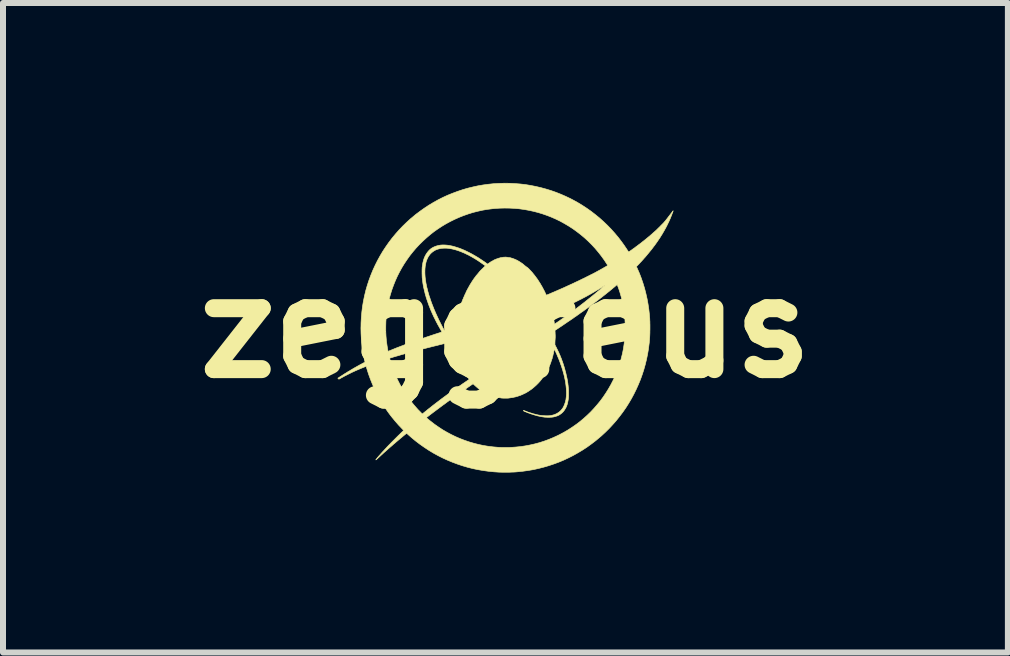
<source format=kicad_pcb>
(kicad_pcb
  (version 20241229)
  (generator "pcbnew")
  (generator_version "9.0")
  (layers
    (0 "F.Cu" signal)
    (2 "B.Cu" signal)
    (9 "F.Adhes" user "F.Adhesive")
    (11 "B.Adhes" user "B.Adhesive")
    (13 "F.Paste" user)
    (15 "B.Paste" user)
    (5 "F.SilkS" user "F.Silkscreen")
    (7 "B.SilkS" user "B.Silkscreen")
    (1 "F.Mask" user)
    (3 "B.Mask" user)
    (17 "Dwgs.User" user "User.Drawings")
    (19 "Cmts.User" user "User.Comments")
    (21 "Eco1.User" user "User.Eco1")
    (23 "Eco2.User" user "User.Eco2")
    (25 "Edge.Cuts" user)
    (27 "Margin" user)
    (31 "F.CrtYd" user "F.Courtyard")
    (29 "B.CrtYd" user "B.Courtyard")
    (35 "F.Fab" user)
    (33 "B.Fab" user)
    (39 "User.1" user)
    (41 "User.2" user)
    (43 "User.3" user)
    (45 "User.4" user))
  (footprint "zeggreus"
    (layer "F.Cu")
    (at 5.378 2.415)
    (property "Reference" "zeggreus" (at 0 0 0) (layer "F.SilkS") (effects (font (size 1.524 1.524) (thickness 0.3))))
    (attr through_hole)
    (fp_poly (pts (xy 0.07 -2.409) (xy 0.16 -2.404) (xy 0.25 -2.397) (xy 0.329 -2.388) (xy 0.415 -2.374) (xy 0.502 -2.357) (xy 0.588 -2.337) (xy 0.673 -2.314) (xy 0.758 -2.288) (xy 0.841 -2.259) (xy 0.924 -2.226) (xy 1.004 -2.191) (xy 1.084 -2.153) (xy 1.12 -2.134) (xy 1.199 -2.091) (xy 1.277 -2.044) (xy 1.352 -1.995) (xy 1.426 -1.943) (xy 1.497 -1.888) (xy 1.567 -1.831) (xy 1.634 -1.771) (xy 1.699 -1.709) (xy 1.762 -1.644) (xy 1.822 -1.577) (xy 1.88 -1.508) (xy 1.935 -1.436) (xy 1.961 -1.4) (xy 1.969 -1.389) (xy 1.979 -1.375) (xy 1.989 -1.36) (xy 1.999 -1.345) (xy 2.01 -1.329) (xy 2.02 -1.314) (xy 2.029 -1.3) (xy 2.037 -1.287) (xy 2.043 -1.279) (xy 2.048 -1.272) (xy 2.051 -1.267) (xy 2.054 -1.264) (xy 2.055 -1.264) (xy 2.057 -1.265) (xy 2.061 -1.268) (xy 2.068 -1.273) (xy 2.077 -1.279) (xy 2.087 -1.286) (xy 2.098 -1.294) (xy 2.11 -1.302) (xy 2.116 -1.307) (xy 2.121 -1.311) (xy 2.129 -1.316) (xy 2.137 -1.322) (xy 2.143 -1.326) (xy 2.149 -1.33) (xy 2.157 -1.336) (xy 2.166 -1.343) (xy 2.177 -1.352) (xy 2.189 -1.36) (xy 2.201 -1.369) (xy 2.213 -1.378) (xy 2.224 -1.387) (xy 2.234 -1.394) (xy 2.242 -1.4) (xy 2.247 -1.404) (xy 2.267 -1.419) (xy 2.284 -1.433) (xy 2.301 -1.446) (xy 2.316 -1.458) (xy 2.331 -1.47) (xy 2.347 -1.483) (xy 2.364 -1.497) (xy 2.366 -1.499) (xy 2.369 -1.501) (xy 2.374 -1.505) (xy 2.379 -1.51) (xy 2.386 -1.515) (xy 2.393 -1.521) (xy 2.4 -1.526) (xy 2.405 -1.531) (xy 2.409 -1.534) (xy 2.414 -1.539) (xy 2.42 -1.545) (xy 2.423 -1.546) (xy 2.428 -1.551) (xy 2.435 -1.557) (xy 2.443 -1.564) (xy 2.453 -1.573) (xy 2.465 -1.584) (xy 2.479 -1.596) (xy 2.496 -1.611) (xy 2.506 -1.62) (xy 2.515 -1.628) (xy 2.525 -1.638) (xy 2.537 -1.65) (xy 2.55 -1.663) (xy 2.564 -1.676) (xy 2.578 -1.69) (xy 2.591 -1.704) (xy 2.604 -1.717) (xy 2.616 -1.729) (xy 2.627 -1.74) (xy 2.636 -1.749) (xy 2.64 -1.754) (xy 2.647 -1.762) (xy 2.653 -1.769) (xy 2.659 -1.776) (xy 2.665 -1.782) (xy 2.671 -1.79) (xy 2.677 -1.798) (xy 2.684 -1.807) (xy 2.693 -1.818) (xy 2.702 -1.83) (xy 2.713 -1.844) (xy 2.718 -1.851) (xy 2.725 -1.86) (xy 2.732 -1.869) (xy 2.739 -1.877) (xy 2.739 -1.878) (xy 2.745 -1.886) (xy 2.753 -1.896) (xy 2.761 -1.907) (xy 2.769 -1.917) (xy 2.773 -1.922) (xy 2.779 -1.93) (xy 2.784 -1.937) (xy 2.789 -1.943) (xy 2.792 -1.947) (xy 2.793 -1.949) (xy 2.796 -1.95) (xy 2.797 -1.949) (xy 2.796 -1.946) (xy 2.795 -1.943) (xy 2.793 -1.94) (xy 2.791 -1.935) (xy 2.789 -1.928) (xy 2.785 -1.92) (xy 2.783 -1.913) (xy 2.78 -1.904) (xy 2.777 -1.897) (xy 2.775 -1.891) (xy 2.774 -1.888) (xy 2.774 -1.887) (xy 2.773 -1.885) (xy 2.771 -1.879) (xy 2.768 -1.872) (xy 2.764 -1.864) (xy 2.762 -1.858) (xy 2.758 -1.848) (xy 2.755 -1.84) (xy 2.752 -1.833) (xy 2.75 -1.827) (xy 2.749 -1.825) (xy 2.747 -1.821) (xy 2.745 -1.816) (xy 2.745 -1.816) (xy 2.737 -1.798) (xy 2.728 -1.778) (xy 2.718 -1.757) (xy 2.707 -1.735) (xy 2.697 -1.714) (xy 2.687 -1.694) (xy 2.677 -1.675) (xy 2.668 -1.658) (xy 2.663 -1.649) (xy 2.659 -1.642) (xy 2.655 -1.635) (xy 2.654 -1.633) (xy 2.639 -1.606) (xy 2.624 -1.581) (xy 2.611 -1.558) (xy 2.598 -1.538) (xy 2.596 -1.535) (xy 2.592 -1.529) (xy 2.589 -1.523) (xy 2.586 -1.52) (xy 2.586 -1.518) (xy 2.585 -1.516) (xy 2.582 -1.513) (xy 2.579 -1.507) (xy 2.575 -1.5) (xy 2.57 -1.493) (xy 2.565 -1.486) (xy 2.561 -1.48) (xy 2.558 -1.476) (xy 2.556 -1.473) (xy 2.553 -1.468) (xy 2.548 -1.461) (xy 2.543 -1.454) (xy 2.541 -1.451) (xy 2.536 -1.443) (xy 2.531 -1.436) (xy 2.527 -1.43) (xy 2.524 -1.426) (xy 2.524 -1.426) (xy 2.521 -1.422) (xy 2.517 -1.417) (xy 2.513 -1.411) (xy 2.513 -1.41) (xy 2.507 -1.402) (xy 2.499 -1.391) (xy 2.491 -1.379) (xy 2.481 -1.366) (xy 2.471 -1.354) (xy 2.462 -1.341) (xy 2.459 -1.338) (xy 2.454 -1.33) (xy 2.447 -1.322) (xy 2.441 -1.313) (xy 2.439 -1.31) (xy 2.435 -1.306) (xy 2.429 -1.298) (xy 2.422 -1.29) (xy 2.414 -1.28) (xy 2.405 -1.269) (xy 2.396 -1.258) (xy 2.387 -1.247) (xy 2.379 -1.237) (xy 2.371 -1.228) (xy 2.365 -1.22) (xy 2.363 -1.218) (xy 2.355 -1.208) (xy 2.349 -1.201) (xy 2.343 -1.194) (xy 2.338 -1.188) (xy 2.333 -1.182) (xy 2.327 -1.175) (xy 2.32 -1.168) (xy 2.312 -1.159) (xy 2.303 -1.148) (xy 2.301 -1.146) (xy 2.291 -1.135) (xy 2.281 -1.124) (xy 2.27 -1.111) (xy 2.258 -1.099) (xy 2.247 -1.087) (xy 2.236 -1.075) (xy 2.226 -1.064) (xy 2.216 -1.054) (xy 2.209 -1.046) (xy 2.202 -1.04) (xy 2.2 -1.037) (xy 2.195 -1.032) (xy 2.19 -1.027) (xy 2.188 -1.024) (xy 2.184 -1.019) (xy 2.196 -0.993) (xy 2.232 -0.911) (xy 2.264 -0.828) (xy 2.293 -0.743) (xy 2.319 -0.658) (xy 2.341 -0.572) (xy 2.361 -0.484) (xy 2.377 -0.396) (xy 2.39 -0.308) (xy 2.4 -0.219) (xy 2.402 -0.196) (xy 2.403 -0.177) (xy 2.405 -0.16) (xy 2.406 -0.145) (xy 2.406 -0.13) (xy 2.407 -0.116) (xy 2.408 -0.102) (xy 2.408 -0.087) (xy 2.408 -0.071) (xy 2.409 -0.053) (xy 2.409 -0.033) (xy 2.409 -0.011) (xy 2.409 0) (xy 2.409 0.031) (xy 2.408 0.059) (xy 2.408 0.085) (xy 2.407 0.109) (xy 2.406 0.133) (xy 2.405 0.155) (xy 2.403 0.178) (xy 2.402 0.202) (xy 2.399 0.227) (xy 2.397 0.253) (xy 2.395 0.267) (xy 2.384 0.355) (xy 2.369 0.443) (xy 2.351 0.53) (xy 2.33 0.616) (xy 2.306 0.701) (xy 2.279 0.784) (xy 2.249 0.867) (xy 2.215 0.949) (xy 2.179 1.029) (xy 2.14 1.108) (xy 2.098 1.186) (xy 2.053 1.262) (xy 2.006 1.336) (xy 1.955 1.409) (xy 1.902 1.479) (xy 1.847 1.548) (xy 1.788 1.615) (xy 1.728 1.68) (xy 1.664 1.743) (xy 1.599 1.803) (xy 1.53 1.861) (xy 1.505 1.882) (xy 1.433 1.937) (xy 1.36 1.99) (xy 1.285 2.039) (xy 1.208 2.085) (xy 1.13 2.129) (xy 1.051 2.169) (xy 0.97 2.207) (xy 0.888 2.241) (xy 0.804 2.272) (xy 0.72 2.3) (xy 0.634 2.325) (xy 0.548 2.347) (xy 0.461 2.366) (xy 0.372 2.381) (xy 0.284 2.393) (xy 0.194 2.402) (xy 0.173 2.404) (xy 0.138 2.406) (xy 0.101 2.407) (xy 0.063 2.409) (xy 0.024 2.409) (xy -0.015 2.409) (xy -0.052 2.409) (xy -0.087 2.408) (xy -0.102 2.408) (xy -0.192 2.402) (xy -0.282 2.393) (xy -0.37 2.381) (xy -0.458 2.366) (xy -0.545 2.348) (xy -0.632 2.326) (xy -0.717 2.301) (xy -0.801 2.273) (xy -0.884 2.242) (xy -0.966 2.208) (xy -1.047 2.171) (xy -1.126 2.131) (xy -1.204 2.088) (xy -1.28 2.042) (xy -1.354 1.993) (xy -1.427 1.942) (xy -1.498 1.888) (xy -1.567 1.831) (xy -1.628 1.777) (xy -1.635 1.771) (xy -1.64 1.765) (xy -1.645 1.762) (xy -1.647 1.76) (xy -1.648 1.759) (xy -1.65 1.76) (xy -1.653 1.763) (xy -1.657 1.766) (xy -1.662 1.77) (xy -1.668 1.775) (xy -1.674 1.781) (xy -1.676 1.781) (xy -1.682 1.787) (xy -1.689 1.792) (xy -1.694 1.797) (xy -1.695 1.797) (xy -1.7 1.802) (xy -1.707 1.807) (xy -1.713 1.813) (xy -1.715 1.814) (xy -1.722 1.82) (xy -1.731 1.828) (xy -1.742 1.837) (xy -1.754 1.846) (xy -1.766 1.857) (xy -1.778 1.867) (xy -1.79 1.877) (xy -1.802 1.887) (xy -1.812 1.896) (xy -1.821 1.903) (xy -1.829 1.91) (xy -1.834 1.914) (xy -1.834 1.914) (xy -1.839 1.919) (xy -1.846 1.925) (xy -1.854 1.932) (xy -1.859 1.935) (xy -1.866 1.941) (xy -1.873 1.948) (xy -1.879 1.953) (xy -1.882 1.956) (xy -1.885 1.959) (xy -1.891 1.964) (xy -1.898 1.97) (xy -1.907 1.978) (xy -1.917 1.986) (xy -1.928 1.996) (xy -1.936 2.003) (xy -1.955 2.019) (xy -1.971 2.034) (xy -1.985 2.046) (xy -1.997 2.057) (xy -2.009 2.067) (xy -2.019 2.076) (xy -2.028 2.084) (xy -2.037 2.092) (xy -2.045 2.1) (xy -2.054 2.108) (xy -2.054 2.108) (xy -2.073 2.125) (xy -2.089 2.14) (xy -2.103 2.153) (xy -2.115 2.164) (xy -2.125 2.173) (xy -2.133 2.181) (xy -2.14 2.187) (xy -2.146 2.192) (xy -2.15 2.196) (xy -2.154 2.199) (xy -2.156 2.201) (xy -2.158 2.202) (xy -2.159 2.203) (xy -2.16 2.203) (xy -2.161 2.203) (xy -2.162 2.203) (xy -2.162 2.201) (xy -2.16 2.198) (xy -2.157 2.194) (xy -2.152 2.188) (xy -2.149 2.184) (xy -2.144 2.178) (xy -2.139 2.172) (xy -2.135 2.168) (xy -2.134 2.165) (xy -2.131 2.162) (xy -2.127 2.156) (xy -2.121 2.15) (xy -2.114 2.142) (xy -2.107 2.133) (xy -2.102 2.128) (xy -2.098 2.124) (xy -2.092 2.117) (xy -2.086 2.11) (xy -2.079 2.102) (xy -2.075 2.098) (xy -2.066 2.087) (xy -2.055 2.076) (xy -2.045 2.064) (xy -2.034 2.053) (xy -2.024 2.042) (xy -2.015 2.032) (xy -2.008 2.024) (xy -2.005 2.021) (xy -2.001 2.017) (xy -1.995 2.01) (xy -1.988 2.003) (xy -1.98 1.994) (xy -1.972 1.985) (xy -1.969 1.983) (xy -1.961 1.974) (xy -1.95 1.962) (xy -1.937 1.949) (xy -1.923 1.935) (xy -1.908 1.919) (xy -1.891 1.902) (xy -1.874 1.885) (xy -1.856 1.867) (xy -1.838 1.849) (xy -1.82 1.831) (xy -1.803 1.814) (xy -1.786 1.797) (xy -1.77 1.782) (xy -1.755 1.767) (xy -1.742 1.754) (xy -1.73 1.743) (xy -1.721 1.734) (xy -1.719 1.732) (xy -1.697 1.712) (xy -1.722 1.685) (xy -1.785 1.619) (xy -1.844 1.551) (xy -1.887 1.498) (xy -1.318 1.498) (xy -1.317 1.5) (xy -1.313 1.504) (xy -1.308 1.509) (xy -1.3 1.515) (xy -1.292 1.523) (xy -1.282 1.531) (xy -1.271 1.54) (xy -1.26 1.549) (xy -1.248 1.558) (xy -1.248 1.558) (xy -1.183 1.609) (xy -1.115 1.656) (xy -1.047 1.701) (xy -0.976 1.742) (xy -0.905 1.78) (xy -0.831 1.816) (xy -0.757 1.848) (xy -0.681 1.877) (xy -0.605 1.903) (xy -0.527 1.926) (xy -0.448 1.946) (xy -0.368 1.963) (xy -0.287 1.976) (xy -0.206 1.986) (xy -0.124 1.993) (xy -0.093 1.995) (xy -0.078 1.995) (xy -0.06 1.996) (xy -0.041 1.996) (xy -0.02 1.996) (xy 0.001 1.996) (xy 0.022 1.996) (xy 0.042 1.996) (xy 0.061 1.996) (xy 0.077 1.995) (xy 0.086 1.995) (xy 0.17 1.989) (xy 0.252 1.981) (xy 0.333 1.969) (xy 0.412 1.954) (xy 0.491 1.936) (xy 0.569 1.915) (xy 0.646 1.89) (xy 0.722 1.862) (xy 0.797 1.831) (xy 0.871 1.797) (xy 0.901 1.782) (xy 0.973 1.744) (xy 1.043 1.703) (xy 1.111 1.659) (xy 1.177 1.613) (xy 1.242 1.564) (xy 1.304 1.512) (xy 1.364 1.458) (xy 1.422 1.402) (xy 1.477 1.343) (xy 1.53 1.282) (xy 1.581 1.22) (xy 1.629 1.155) (xy 1.674 1.088) (xy 1.717 1.019) (xy 1.757 0.949) (xy 1.794 0.877) (xy 1.829 0.803) (xy 1.854 0.743) (xy 1.882 0.667) (xy 1.908 0.59) (xy 1.93 0.511) (xy 1.95 0.432) (xy 1.966 0.352) (xy 1.978 0.272) (xy 1.987 0.191) (xy 1.994 0.109) (xy 1.996 0.027) (xy 1.996 -0.055) (xy 1.992 -0.137) (xy 1.986 -0.204) (xy 1.977 -0.283) (xy 1.964 -0.362) (xy 1.948 -0.441) (xy 1.929 -0.518) (xy 1.907 -0.594) (xy 1.898 -0.621) (xy 1.894 -0.634) (xy 1.89 -0.646) (xy 1.885 -0.659) (xy 1.881 -0.672) (xy 1.876 -0.684) (xy 1.872 -0.695) (xy 1.869 -0.704) (xy 1.866 -0.711) (xy 1.864 -0.716) (xy 1.863 -0.718) (xy 1.863 -0.718) (xy 1.861 -0.718) (xy 1.858 -0.715) (xy 1.852 -0.711) (xy 1.846 -0.706) (xy 1.844 -0.704) (xy 1.836 -0.697) (xy 1.828 -0.691) (xy 1.821 -0.684) (xy 1.815 -0.679) (xy 1.815 -0.679) (xy 1.804 -0.671) (xy 1.796 -0.664) (xy 1.789 -0.658) (xy 1.784 -0.653) (xy 1.779 -0.65) (xy 1.775 -0.646) (xy 1.768 -0.641) (xy 1.762 -0.635) (xy 1.759 -0.633) (xy 1.753 -0.628) (xy 1.747 -0.623) (xy 1.741 -0.619) (xy 1.74 -0.617) (xy 1.719 -0.6) (xy 1.696 -0.582) (xy 1.673 -0.563) (xy 1.65 -0.545) (xy 1.627 -0.527) (xy 1.606 -0.51) (xy 1.587 -0.495) (xy 1.583 -0.492) (xy 1.578 -0.489) (xy 1.572 -0.484) (xy 1.566 -0.479) (xy 1.562 -0.476) (xy 1.556 -0.472) (xy 1.548 -0.465) (xy 1.537 -0.457) (xy 1.525 -0.448) (xy 1.512 -0.438) (xy 1.497 -0.427) (xy 1.482 -0.415) (xy 1.466 -0.404) (xy 1.45 -0.392) (xy 1.435 -0.38) (xy 1.42 -0.369) (xy 1.406 -0.359) (xy 1.394 -0.35) (xy 1.383 -0.341) (xy 1.374 -0.335) (xy 1.367 -0.33) (xy 1.358 -0.323) (xy 1.348 -0.316) (xy 1.34 -0.31) (xy 1.332 -0.305) (xy 1.327 -0.301) (xy 1.327 -0.301) (xy 1.318 -0.294) (xy 1.308 -0.287) (xy 1.295 -0.277) (xy 1.28 -0.267) (xy 1.264 -0.256) (xy 1.247 -0.244) (xy 1.23 -0.231) (xy 1.212 -0.219) (xy 1.195 -0.206) (xy 1.178 -0.194) (xy 1.161 -0.183) (xy 1.146 -0.173) (xy 1.133 -0.163) (xy 1.122 -0.155) (xy 1.107 -0.145) (xy 1.091 -0.134) (xy 1.073 -0.122) (xy 1.054 -0.109) (xy 1.034 -0.096) (xy 1.014 -0.082) (xy 0.993 -0.068) (xy 0.973 -0.054) (xy 0.954 -0.041) (xy 0.935 -0.028) (xy 0.918 -0.017) (xy 0.903 -0.007) (xy 0.891 0.001) (xy 0.826 0.044) (xy 0.826 0.051) (xy 0.826 0.055) (xy 0.827 0.062) (xy 0.827 0.071) (xy 0.828 0.081) (xy 0.828 0.091) (xy 0.828 0.091) (xy 0.83 0.127) (xy 0.83 0.161) (xy 0.828 0.192) (xy 0.828 0.194) (xy 0.827 0.207) (xy 0.826 0.22) (xy 0.826 0.233) (xy 0.825 0.246) (xy 0.825 0.257) (xy 0.825 0.268) (xy 0.825 0.276) (xy 0.825 0.283) (xy 0.826 0.286) (xy 0.826 0.287) (xy 0.827 0.289) (xy 0.83 0.293) (xy 0.833 0.3) (xy 0.837 0.308) (xy 0.842 0.318) (xy 0.847 0.328) (xy 0.853 0.338) (xy 0.857 0.348) (xy 0.862 0.358) (xy 0.866 0.366) (xy 0.869 0.372) (xy 0.87 0.375) (xy 0.873 0.38) (xy 0.876 0.388) (xy 0.88 0.395) (xy 0.881 0.399) (xy 0.885 0.406) (xy 0.889 0.414) (xy 0.892 0.42) (xy 0.892 0.422) (xy 0.895 0.429) (xy 0.899 0.437) (xy 0.9 0.44) (xy 0.905 0.45) (xy 0.909 0.46) (xy 0.913 0.468) (xy 0.916 0.476) (xy 0.918 0.482) (xy 0.919 0.486) (xy 0.919 0.487) (xy 0.921 0.49) (xy 0.921 0.49) (xy 0.922 0.493) (xy 0.924 0.497) (xy 0.927 0.503) (xy 0.927 0.504) (xy 0.929 0.51) (xy 0.932 0.515) (xy 0.933 0.519) (xy 0.933 0.519) (xy 0.935 0.523) (xy 0.936 0.528) (xy 0.937 0.529) (xy 0.938 0.534) (xy 0.94 0.537) (xy 0.94 0.538) (xy 0.941 0.541) (xy 0.941 0.542) (xy 0.942 0.546) (xy 0.943 0.548) (xy 0.944 0.551) (xy 0.947 0.557) (xy 0.95 0.565) (xy 0.953 0.575) (xy 0.957 0.586) (xy 0.961 0.598) (xy 0.965 0.611) (xy 0.969 0.623) (xy 0.969 0.625) (xy 0.974 0.639) (xy 0.977 0.649) (xy 0.98 0.658) (xy 0.981 0.663) (xy 0.982 0.667) (xy 0.984 0.672) (xy 0.986 0.678) (xy 0.988 0.687) (xy 0.99 0.692) (xy 0.991 0.697) (xy 0.992 0.7) (xy 0.992 0.703) (xy 0.993 0.707) (xy 0.994 0.711) (xy 0.996 0.717) (xy 0.998 0.724) (xy 1 0.73) (xy 1.002 0.737) (xy 1.004 0.744) (xy 1.004 0.747) (xy 1.006 0.753) (xy 1.007 0.76) (xy 1.008 0.761) (xy 1.009 0.768) (xy 1.011 0.774) (xy 1.011 0.775) (xy 1.012 0.782) (xy 1.014 0.789) (xy 1.014 0.79) (xy 1.016 0.797) (xy 1.017 0.804) (xy 1.018 0.805) (xy 1.019 0.812) (xy 1.021 0.819) (xy 1.021 0.82) (xy 1.022 0.825) (xy 1.024 0.832) (xy 1.025 0.84) (xy 1.025 0.84) (xy 1.029 0.855) (xy 1.031 0.871) (xy 1.033 0.881) (xy 1.034 0.887) (xy 1.035 0.895) (xy 1.036 0.902) (xy 1.038 0.91) (xy 1.039 0.918) (xy 1.04 0.926) (xy 1.041 0.933) (xy 1.042 0.942) (xy 1.043 0.952) (xy 1.045 0.964) (xy 1.046 0.978) (xy 1.048 0.994) (xy 1.049 1.003) (xy 1.05 1.012) (xy 1.051 1.02) (xy 1.051 1.028) (xy 1.052 1.038) (xy 1.052 1.049) (xy 1.052 1.061) (xy 1.052 1.076) (xy 1.052 1.092) (xy 1.052 1.11) (xy 1.052 1.125) (xy 1.052 1.138) (xy 1.051 1.149) (xy 1.051 1.159) (xy 1.05 1.169) (xy 1.049 1.178) (xy 1.048 1.188) (xy 1.046 1.2) (xy 1.044 1.213) (xy 1.043 1.218) (xy 1.041 1.227) (xy 1.039 1.238) (xy 1.037 1.248) (xy 1.035 1.258) (xy 1.033 1.264) (xy 1.031 1.27) (xy 1.03 1.275) (xy 1.03 1.276) (xy 1.028 1.281) (xy 1.026 1.288) (xy 1.023 1.295) (xy 1.02 1.302) (xy 1.019 1.306) (xy 1.017 1.31) (xy 1.016 1.313) (xy 1.012 1.323) (xy 1.006 1.335) (xy 0.999 1.348) (xy 0.991 1.36) (xy 0.985 1.37) (xy 0.968 1.394) (xy 0.948 1.415) (xy 0.927 1.433) (xy 0.903 1.449) (xy 0.902 1.45) (xy 0.89 1.457) (xy 0.88 1.462) (xy 0.871 1.466) (xy 0.862 1.47) (xy 0.852 1.473) (xy 0.851 1.473) (xy 0.845 1.475) (xy 0.839 1.477) (xy 0.836 1.478) (xy 0.836 1.478) (xy 0.833 1.479) (xy 0.827 1.481) (xy 0.819 1.483) (xy 0.81 1.485) (xy 0.807 1.486) (xy 0.796 1.488) (xy 0.782 1.49) (xy 0.764 1.492) (xy 0.759 1.492) (xy 0.751 1.492) (xy 0.74 1.493) (xy 0.727 1.493) (xy 0.714 1.493) (xy 0.7 1.493) (xy 0.687 1.492) (xy 0.674 1.492) (xy 0.663 1.491) (xy 0.655 1.491) (xy 0.65 1.49) (xy 0.644 1.489) (xy 0.636 1.488) (xy 0.628 1.487) (xy 0.627 1.487) (xy 0.61 1.484) (xy 0.595 1.482) (xy 0.583 1.479) (xy 0.577 1.478) (xy 0.571 1.476) (xy 0.568 1.476) (xy 0.563 1.475) (xy 0.557 1.473) (xy 0.556 1.473) (xy 0.549 1.472) (xy 0.542 1.47) (xy 0.541 1.47) (xy 0.524 1.466) (xy 0.514 1.463) (xy 0.508 1.461) (xy 0.503 1.46) (xy 0.502 1.46) (xy 0.497 1.458) (xy 0.49 1.456) (xy 0.483 1.454) (xy 0.476 1.452) (xy 0.471 1.45) (xy 0.468 1.45) (xy 0.465 1.448) (xy 0.46 1.447) (xy 0.453 1.445) (xy 0.452 1.444) (xy 0.446 1.442) (xy 0.44 1.441) (xy 0.437 1.439) (xy 0.436 1.439) (xy 0.432 1.438) (xy 0.43 1.438) (xy 0.427 1.437) (xy 0.426 1.436) (xy 0.423 1.434) (xy 0.422 1.434) (xy 0.419 1.434) (xy 0.415 1.432) (xy 0.414 1.432) (xy 0.41 1.43) (xy 0.404 1.428) (xy 0.398 1.426) (xy 0.392 1.424) (xy 0.386 1.422) (xy 0.383 1.42) (xy 0.376 1.418) (xy 0.369 1.415) (xy 0.366 1.414) (xy 0.36 1.412) (xy 0.355 1.41) (xy 0.355 1.41) (xy 0.349 1.407) (xy 0.345 1.406) (xy 0.34 1.403) (xy 0.336 1.402) (xy 0.331 1.4) (xy 0.327 1.398) (xy 0.32 1.396) (xy 0.311 1.392) (xy 0.31 1.391) (xy 0.305 1.388) (xy 0.301 1.384) (xy 0.3 1.38) (xy 0.3 1.378) (xy 0.301 1.377) (xy 0.303 1.377) (xy 0.307 1.379) (xy 0.313 1.381) (xy 0.315 1.382) (xy 0.323 1.385) (xy 0.328 1.387) (xy 0.333 1.389) (xy 0.337 1.391) (xy 0.34 1.392) (xy 0.345 1.394) (xy 0.35 1.395) (xy 0.35 1.395) (xy 0.357 1.398) (xy 0.364 1.401) (xy 0.369 1.403) (xy 0.374 1.405) (xy 0.379 1.407) (xy 0.38 1.407) (xy 0.384 1.409) (xy 0.386 1.409) (xy 0.389 1.41) (xy 0.39 1.411) (xy 0.393 1.412) (xy 0.395 1.412) (xy 0.399 1.413) (xy 0.4 1.414) (xy 0.403 1.415) (xy 0.405 1.416) (xy 0.409 1.416) (xy 0.411 1.417) (xy 0.415 1.419) (xy 0.42 1.42) (xy 0.42 1.42) (xy 0.429 1.423) (xy 0.438 1.426) (xy 0.446 1.428) (xy 0.453 1.43) (xy 0.458 1.432) (xy 0.46 1.433) (xy 0.464 1.434) (xy 0.468 1.435) (xy 0.473 1.436) (xy 0.477 1.437) (xy 0.482 1.438) (xy 0.485 1.439) (xy 0.489 1.441) (xy 0.494 1.442) (xy 0.499 1.443) (xy 0.505 1.444) (xy 0.51 1.446) (xy 0.516 1.447) (xy 0.519 1.448) (xy 0.525 1.449) (xy 0.533 1.451) (xy 0.538 1.452) (xy 0.546 1.454) (xy 0.553 1.455) (xy 0.557 1.456) (xy 0.563 1.456) (xy 0.567 1.458) (xy 0.568 1.458) (xy 0.572 1.459) (xy 0.577 1.46) (xy 0.582 1.46) (xy 0.589 1.461) (xy 0.598 1.462) (xy 0.604 1.463) (xy 0.617 1.464) (xy 0.631 1.465) (xy 0.647 1.466) (xy 0.662 1.467) (xy 0.678 1.467) (xy 0.693 1.468) (xy 0.707 1.467) (xy 0.72 1.467) (xy 0.73 1.466) (xy 0.738 1.466) (xy 0.742 1.465) (xy 0.747 1.464) (xy 0.753 1.463) (xy 0.756 1.463) (xy 0.761 1.462) (xy 0.766 1.461) (xy 0.774 1.459) (xy 0.781 1.458) (xy 0.787 1.456) (xy 0.794 1.454) (xy 0.802 1.452) (xy 0.81 1.45) (xy 0.816 1.448) (xy 0.82 1.446) (xy 0.821 1.446) (xy 0.826 1.444) (xy 0.828 1.443) (xy 0.835 1.44) (xy 0.843 1.436) (xy 0.851 1.432) (xy 0.86 1.428) (xy 0.867 1.424) (xy 0.87 1.421) (xy 0.875 1.418) (xy 0.879 1.416) (xy 0.88 1.416) (xy 0.882 1.415) (xy 0.885 1.412) (xy 0.891 1.408) (xy 0.897 1.403) (xy 0.903 1.398) (xy 0.906 1.395) (xy 0.914 1.388) (xy 0.923 1.379) (xy 0.932 1.369) (xy 0.94 1.359) (xy 0.947 1.35) (xy 0.949 1.347) (xy 0.955 1.339) (xy 0.96 1.331) (xy 0.965 1.322) (xy 0.97 1.312) (xy 0.974 1.304) (xy 0.977 1.297) (xy 0.98 1.29) (xy 0.983 1.285) (xy 0.984 1.283) (xy 0.985 1.279) (xy 0.986 1.278) (xy 0.986 1.274) (xy 0.987 1.272) (xy 0.988 1.269) (xy 0.99 1.263) (xy 0.993 1.256) (xy 0.995 1.248) (xy 0.998 1.241) (xy 0.999 1.236) (xy 1.001 1.23) (xy 1.002 1.225) (xy 1.003 1.223) (xy 1.004 1.218) (xy 1.004 1.213) (xy 1.005 1.209) (xy 1.006 1.207) (xy 1.006 1.207) (xy 1.007 1.205) (xy 1.008 1.2) (xy 1.008 1.196) (xy 1.009 1.189) (xy 1.01 1.18) (xy 1.011 1.175) (xy 1.015 1.138) (xy 1.017 1.098) (xy 1.016 1.056) (xy 1.014 1.012) (xy 1.009 0.965) (xy 1.003 0.917) (xy 0.998 0.885) (xy 0.996 0.879) (xy 0.995 0.871) (xy 0.993 0.864) (xy 0.992 0.857) (xy 0.99 0.849) (xy 0.989 0.844) (xy 0.987 0.837) (xy 0.986 0.83) (xy 0.985 0.828) (xy 0.984 0.822) (xy 0.982 0.815) (xy 0.982 0.814) (xy 0.981 0.807) (xy 0.979 0.801) (xy 0.979 0.799) (xy 0.977 0.793) (xy 0.976 0.786) (xy 0.975 0.785) (xy 0.974 0.779) (xy 0.972 0.772) (xy 0.971 0.769) (xy 0.966 0.753) (xy 0.963 0.74) (xy 0.961 0.729) (xy 0.959 0.726) (xy 0.958 0.724) (xy 0.957 0.722) (xy 0.957 0.719) (xy 0.956 0.714) (xy 0.954 0.707) (xy 0.952 0.7) (xy 0.951 0.697) (xy 0.949 0.692) (xy 0.947 0.685) (xy 0.944 0.676) (xy 0.942 0.671) (xy 0.94 0.662) (xy 0.937 0.655) (xy 0.935 0.648) (xy 0.933 0.644) (xy 0.933 0.643) (xy 0.932 0.639) (xy 0.931 0.637) (xy 0.931 0.634) (xy 0.93 0.632) (xy 0.928 0.63) (xy 0.928 0.628) (xy 0.927 0.624) (xy 0.926 0.622) (xy 0.925 0.62) (xy 0.923 0.615) (xy 0.921 0.609) (xy 0.92 0.606) (xy 0.918 0.6) (xy 0.916 0.594) (xy 0.914 0.591) (xy 0.914 0.59) (xy 0.913 0.587) (xy 0.913 0.586) (xy 0.912 0.581) (xy 0.911 0.579) (xy 0.909 0.575) (xy 0.908 0.572) (xy 0.906 0.568) (xy 0.906 0.566) (xy 0.905 0.563) (xy 0.904 0.561) (xy 0.903 0.558) (xy 0.901 0.553) (xy 0.898 0.546) (xy 0.895 0.538) (xy 0.895 0.538) (xy 0.892 0.529) (xy 0.889 0.522) (xy 0.886 0.516) (xy 0.885 0.512) (xy 0.885 0.512) (xy 0.883 0.508) (xy 0.881 0.502) (xy 0.878 0.495) (xy 0.876 0.492) (xy 0.873 0.485) (xy 0.87 0.478) (xy 0.868 0.472) (xy 0.868 0.471) (xy 0.865 0.466) (xy 0.864 0.461) (xy 0.863 0.461) (xy 0.861 0.456) (xy 0.86 0.453) (xy 0.859 0.45) (xy 0.857 0.445) (xy 0.854 0.439) (xy 0.851 0.432) (xy 0.848 0.425) (xy 0.846 0.421) (xy 0.843 0.414) (xy 0.839 0.406) (xy 0.835 0.398) (xy 0.831 0.387) (xy 0.829 0.384) (xy 0.826 0.377) (xy 0.823 0.37) (xy 0.82 0.364) (xy 0.819 0.362) (xy 0.817 0.358) (xy 0.815 0.356) (xy 0.815 0.356) (xy 0.814 0.357) (xy 0.813 0.361) (xy 0.812 0.366) (xy 0.811 0.374) (xy 0.809 0.383) (xy 0.808 0.387) (xy 0.806 0.394) (xy 0.804 0.402) (xy 0.803 0.41) (xy 0.803 0.411) (xy 0.801 0.422) (xy 0.8 0.43) (xy 0.798 0.436) (xy 0.796 0.44) (xy 0.795 0.443) (xy 0.794 0.449) (xy 0.792 0.456) (xy 0.792 0.461) (xy 0.79 0.469) (xy 0.788 0.477) (xy 0.786 0.483) (xy 0.785 0.485) (xy 0.783 0.49) (xy 0.781 0.497) (xy 0.78 0.503) (xy 0.779 0.51) (xy 0.777 0.517) (xy 0.775 0.522) (xy 0.772 0.528) (xy 0.77 0.535) (xy 0.77 0.537) (xy 0.768 0.543) (xy 0.766 0.55) (xy 0.764 0.555) (xy 0.761 0.561) (xy 0.759 0.568) (xy 0.758 0.572) (xy 0.756 0.579) (xy 0.753 0.586) (xy 0.753 0.587) (xy 0.75 0.593) (xy 0.748 0.6) (xy 0.747 0.602) (xy 0.745 0.609) (xy 0.742 0.615) (xy 0.741 0.618) (xy 0.738 0.623) (xy 0.736 0.629) (xy 0.736 0.63) (xy 0.734 0.635) (xy 0.731 0.641) (xy 0.73 0.642) (xy 0.728 0.647) (xy 0.726 0.653) (xy 0.725 0.654) (xy 0.724 0.659) (xy 0.721 0.664) (xy 0.719 0.666) (xy 0.717 0.67) (xy 0.715 0.674) (xy 0.715 0.675) (xy 0.714 0.678) (xy 0.712 0.682) (xy 0.709 0.688) (xy 0.709 0.689) (xy 0.706 0.694) (xy 0.704 0.699) (xy 0.703 0.702) (xy 0.703 0.702) (xy 0.702 0.705) (xy 0.699 0.708) (xy 0.698 0.71) (xy 0.695 0.715) (xy 0.692 0.719) (xy 0.692 0.72) (xy 0.69 0.725) (xy 0.687 0.73) (xy 0.686 0.732) (xy 0.683 0.737) (xy 0.681 0.741) (xy 0.681 0.742) (xy 0.68 0.745) (xy 0.677 0.749) (xy 0.677 0.75) (xy 0.673 0.755) (xy 0.67 0.76) (xy 0.67 0.76) (xy 0.667 0.766) (xy 0.663 0.771) (xy 0.663 0.771) (xy 0.66 0.775) (xy 0.659 0.778) (xy 0.659 0.778) (xy 0.658 0.781) (xy 0.655 0.785) (xy 0.653 0.787) (xy 0.649 0.792) (xy 0.645 0.798) (xy 0.644 0.799) (xy 0.64 0.807) (xy 0.636 0.813) (xy 0.632 0.818) (xy 0.628 0.824) (xy 0.627 0.826) (xy 0.62 0.834) (xy 0.615 0.841) (xy 0.611 0.846) (xy 0.608 0.851) (xy 0.605 0.854) (xy 0.602 0.859) (xy 0.597 0.865) (xy 0.592 0.871) (xy 0.59 0.873) (xy 0.585 0.88) (xy 0.579 0.887) (xy 0.575 0.892) (xy 0.573 0.894) (xy 0.567 0.901) (xy 0.559 0.91) (xy 0.549 0.921) (xy 0.538 0.932) (xy 0.526 0.944) (xy 0.515 0.955) (xy 0.504 0.965) (xy 0.494 0.974) (xy 0.489 0.978) (xy 0.477 0.989) (xy 0.466 0.998) (xy 0.458 1.005) (xy 0.451 1.011) (xy 0.445 1.015) (xy 0.441 1.019) (xy 0.437 1.022) (xy 0.434 1.024) (xy 0.431 1.026) (xy 0.428 1.028) (xy 0.424 1.03) (xy 0.419 1.034) (xy 0.414 1.038) (xy 0.398 1.049) (xy 0.389 1.054) (xy 0.385 1.057) (xy 0.382 1.059) (xy 0.381 1.06) (xy 0.38 1.062) (xy 0.376 1.064) (xy 0.372 1.066) (xy 0.367 1.068) (xy 0.363 1.071) (xy 0.362 1.072) (xy 0.359 1.074) (xy 0.355 1.076) (xy 0.354 1.076) (xy 0.349 1.079) (xy 0.344 1.083) (xy 0.343 1.083) (xy 0.339 1.086) (xy 0.336 1.087) (xy 0.335 1.087) (xy 0.332 1.088) (xy 0.328 1.09) (xy 0.326 1.092) (xy 0.32 1.095) (xy 0.313 1.098) (xy 0.31 1.099) (xy 0.304 1.101) (xy 0.3 1.104) (xy 0.298 1.105) (xy 0.295 1.107) (xy 0.29 1.109) (xy 0.287 1.11) (xy 0.281 1.112) (xy 0.276 1.115) (xy 0.274 1.116) (xy 0.27 1.118) (xy 0.264 1.12) (xy 0.262 1.121) (xy 0.256 1.123) (xy 0.249 1.126) (xy 0.248 1.127) (xy 0.242 1.13) (xy 0.236 1.131) (xy 0.234 1.132) (xy 0.229 1.133) (xy 0.223 1.135) (xy 0.216 1.138) (xy 0.21 1.14) (xy 0.205 1.142) (xy 0.201 1.143) (xy 0.201 1.143) (xy 0.196 1.144) (xy 0.19 1.145) (xy 0.183 1.147) (xy 0.176 1.15) (xy 0.173 1.151) (xy 0.168 1.152) (xy 0.162 1.154) (xy 0.159 1.154) (xy 0.153 1.155) (xy 0.146 1.157) (xy 0.137 1.159) (xy 0.132 1.16) (xy 0.124 1.162) (xy 0.116 1.164) (xy 0.109 1.165) (xy 0.106 1.165) (xy 0.099 1.165) (xy 0.092 1.166) (xy 0.09 1.167) (xy 0.076 1.169) (xy 0.063 1.171) (xy 0.049 1.173) (xy 0.034 1.174) (xy 0.017 1.174) (xy -0.002 1.174) (xy -0.019 1.174) (xy -0.034 1.174) (xy -0.046 1.173) (xy -0.056 1.173) (xy -0.065 1.172) (xy -0.072 1.171) (xy -0.079 1.17) (xy -0.08 1.169) (xy -0.086 1.168) (xy -0.094 1.167) (xy -0.103 1.166) (xy -0.113 1.165) (xy -0.126 1.164) (xy -0.136 1.162) (xy -0.142 1.16) (xy -0.142 1.16) (xy -0.148 1.158) (xy -0.155 1.156) (xy -0.162 1.155) (xy -0.169 1.153) (xy -0.177 1.151) (xy -0.182 1.149) (xy -0.188 1.147) (xy -0.196 1.145) (xy -0.203 1.144) (xy -0.211 1.142) (xy -0.218 1.139) (xy -0.224 1.137) (xy -0.23 1.135) (xy -0.236 1.132) (xy -0.239 1.132) (xy -0.244 1.13) (xy -0.25 1.128) (xy -0.251 1.127) (xy -0.258 1.124) (xy -0.264 1.122) (xy -0.267 1.121) (xy -0.272 1.119) (xy -0.277 1.117) (xy -0.279 1.116) (xy -0.283 1.113) (xy -0.289 1.111) (xy -0.291 1.11) (xy -0.296 1.108) (xy -0.303 1.105) (xy -0.31 1.101) (xy -0.313 1.1) (xy -0.321 1.096) (xy -0.328 1.092) (xy -0.334 1.089) (xy -0.336 1.088) (xy -0.341 1.085) (xy -0.345 1.083) (xy -0.347 1.081) (xy -0.35 1.079) (xy -0.355 1.077) (xy -0.355 1.077) (xy -0.361 1.074) (xy -0.366 1.071) (xy -0.367 1.071) (xy -0.372 1.068) (xy -0.377 1.065) (xy -0.378 1.065) (xy -0.382 1.063) (xy -0.384 1.061) (xy -0.384 1.06) (xy -0.386 1.059) (xy -0.389 1.056) (xy -0.392 1.055) (xy -0.397 1.052) (xy -0.401 1.049) (xy -0.402 1.048) (xy -0.406 1.045) (xy -0.41 1.043) (xy -0.415 1.04) (xy -0.422 1.035) (xy -0.429 1.03) (xy -0.435 1.026) (xy -0.439 1.023) (xy -0.445 1.018) (xy -0.448 1.016) (xy -0.458 1.008) (xy -0.47 0.997) (xy -0.484 0.986) (xy -0.497 0.974) (xy -0.51 0.962) (xy -0.523 0.951) (xy -0.533 0.941) (xy -0.539 0.935) (xy -0.546 0.927) (xy -0.552 0.921) (xy -0.557 0.917) (xy -0.56 0.914) (xy -0.561 0.913) (xy -0.561 0.914) (xy -0.558 0.916) (xy -0.554 0.921) (xy -0.55 0.926) (xy -0.55 0.926) (xy -0.545 0.931) (xy -0.543 0.934) (xy -0.543 0.935) (xy -0.544 0.937) (xy -0.544 0.937) (xy -0.546 0.938) (xy -0.551 0.942) (xy -0.557 0.946) (xy -0.565 0.951) (xy -0.574 0.957) (xy -0.576 0.959) (xy -0.587 0.966) (xy -0.599 0.975) (xy -0.613 0.984) (xy -0.626 0.993) (xy -0.638 1.002) (xy -0.642 1.005) (xy -0.654 1.013) (xy -0.667 1.022) (xy -0.68 1.031) (xy -0.692 1.039) (xy -0.703 1.047) (xy -0.706 1.049) (xy -0.721 1.059) (xy -0.737 1.071) (xy -0.756 1.084) (xy -0.777 1.099) (xy -0.798 1.114) (xy -0.821 1.13) (xy -0.844 1.147) (xy -0.868 1.164) (xy -0.891 1.18) (xy -0.914 1.197) (xy -0.936 1.212) (xy -0.956 1.227) (xy -0.976 1.241) (xy -0.993 1.254) (xy -1.008 1.265) (xy -1.014 1.27) (xy -1.021 1.275) (xy -1.027 1.279) (xy -1.029 1.28) (xy -1.088 1.324) (xy -1.147 1.368) (xy -1.207 1.413) (xy -1.269 1.46) (xy -1.274 1.464) (xy -1.282 1.47) (xy -1.291 1.477) (xy -1.299 1.483) (xy -1.305 1.487) (xy -1.306 1.488) (xy -1.312 1.492) (xy -1.316 1.496) (xy -1.318 1.498) (xy -1.318 1.498) (xy -1.887 1.498) (xy -1.901 1.482) (xy -1.955 1.41) (xy -2.006 1.336) (xy -2.054 1.261) (xy -2.1 1.183) (xy -2.142 1.105) (xy -2.182 1.024) (xy -2.218 0.942) (xy -2.252 0.858) (xy -2.283 0.773) (xy -2.31 0.687) (xy -2.321 0.651) (xy -2.323 0.646) (xy -2.324 0.643) (xy -2.326 0.643) (xy -2.328 0.644) (xy -2.333 0.646) (xy -2.336 0.648) (xy -2.341 0.65) (xy -2.345 0.651) (xy -2.346 0.652) (xy -2.349 0.654) (xy -2.35 0.654) (xy -2.353 0.654) (xy -2.357 0.656) (xy -2.359 0.657) (xy -2.364 0.659) (xy -2.371 0.662) (xy -2.378 0.665) (xy -2.383 0.666) (xy -2.39 0.67) (xy -2.398 0.673) (xy -2.404 0.675) (xy -2.406 0.676) (xy -2.411 0.678) (xy -2.416 0.68) (xy -2.417 0.681) (xy -2.421 0.682) (xy -2.426 0.684) (xy -2.429 0.686) (xy -2.433 0.688) (xy -2.437 0.689) (xy -2.438 0.689) (xy -2.439 0.69) (xy -2.444 0.692) (xy -2.449 0.694) (xy -2.451 0.695) (xy -2.457 0.698) (xy -2.462 0.7) (xy -2.464 0.701) (xy -2.465 0.701) (xy -2.466 0.702) (xy -2.47 0.703) (xy -2.474 0.705) (xy -2.481 0.708) (xy -2.488 0.711) (xy -2.495 0.714) (xy -2.502 0.717) (xy -2.511 0.721) (xy -2.519 0.725) (xy -2.523 0.727) (xy -2.531 0.731) (xy -2.539 0.734) (xy -2.545 0.737) (xy -2.548 0.738) (xy -2.556 0.742) (xy -2.567 0.747) (xy -2.58 0.754) (xy -2.594 0.761) (xy -2.61 0.769) (xy -2.626 0.777) (xy -2.642 0.785) (xy -2.657 0.793) (xy -2.672 0.8) (xy -2.685 0.807) (xy -2.696 0.813) (xy -2.703 0.817) (xy -2.709 0.82) (xy -2.717 0.825) (xy -2.722 0.827) (xy -2.727 0.83) (xy -2.735 0.834) (xy -2.743 0.839) (xy -2.752 0.844) (xy -2.753 0.845) (xy -2.761 0.849) (xy -2.767 0.853) (xy -2.773 0.855) (xy -2.776 0.857) (xy -2.777 0.857) (xy -2.779 0.856) (xy -2.783 0.853) (xy -2.787 0.85) (xy -2.791 0.846) (xy -2.793 0.843) (xy -2.795 0.841) (xy -2.794 0.84) (xy -2.792 0.839) (xy -2.788 0.837) (xy -2.782 0.833) (xy -2.78 0.832) (xy -2.774 0.827) (xy -2.766 0.822) (xy -2.757 0.816) (xy -2.748 0.811) (xy -2.747 0.81) (xy -2.739 0.805) (xy -2.73 0.799) (xy -2.723 0.794) (xy -2.717 0.79) (xy -2.716 0.79) (xy -2.71 0.786) (xy -2.701 0.78) (xy -2.691 0.774) (xy -2.681 0.767) (xy -2.67 0.761) (xy -2.659 0.754) (xy -2.649 0.748) (xy -2.64 0.742) (xy -2.633 0.737) (xy -2.627 0.734) (xy -2.626 0.733) (xy -2.623 0.732) (xy -2.618 0.728) (xy -2.61 0.724) (xy -2.601 0.719) (xy -2.591 0.713) (xy -2.581 0.706) (xy -2.568 0.699) (xy -2.558 0.693) (xy -2.551 0.688) (xy -2.545 0.685) (xy -2.54 0.682) (xy -2.537 0.68) (xy -2.534 0.678) (xy -2.532 0.677) (xy -2.529 0.676) (xy -2.527 0.674) (xy -2.521 0.671) (xy -2.516 0.668) (xy -2.514 0.667) (xy -2.511 0.665) (xy -2.509 0.664) (xy -2.509 0.664) (xy -2.507 0.663) (xy -2.503 0.661) (xy -2.498 0.658) (xy -2.493 0.655) (xy -2.482 0.649) (xy -2.473 0.644) (xy -2.463 0.638) (xy -2.452 0.632) (xy -2.449 0.631) (xy -2.444 0.628) (xy -2.439 0.625) (xy -2.436 0.623) (xy -2.436 0.623) (xy -2.434 0.622) (xy -2.429 0.619) (xy -2.424 0.616) (xy -2.423 0.616) (xy -2.416 0.612) (xy -2.408 0.608) (xy -2.402 0.605) (xy -2.397 0.602) (xy -2.389 0.598) (xy -2.381 0.593) (xy -2.372 0.589) (xy -2.369 0.587) (xy -2.361 0.583) (xy -2.354 0.579) (xy -2.348 0.576) (xy -2.345 0.574) (xy -2.344 0.573) (xy -2.343 0.572) (xy -2.343 0.569) (xy -2.344 0.565) (xy -2.345 0.559) (xy -2.347 0.55) (xy -2.349 0.538) (xy -2.355 0.51) (xy -1.93 0.51) (xy -1.93 0.512) (xy -1.93 0.514) (xy -1.928 0.522) (xy -1.925 0.532) (xy -1.922 0.544) (xy -1.917 0.559) (xy -1.912 0.575) (xy -1.907 0.592) (xy -1.901 0.61) (xy -1.895 0.629) (xy -1.889 0.647) (xy -1.883 0.665) (xy -1.877 0.682) (xy -1.871 0.698) (xy -1.866 0.712) (xy -1.865 0.715) (xy -1.833 0.792) (xy -1.799 0.867) (xy -1.762 0.94) (xy -1.722 1.011) (xy -1.679 1.081) (xy -1.633 1.149) (xy -1.584 1.215) (xy -1.533 1.279) (xy -1.479 1.341) (xy -1.47 1.351) (xy -1.464 1.358) (xy -1.456 1.367) (xy -1.446 1.376) (xy -1.436 1.387) (xy -1.426 1.397) (xy -1.419 1.404) (xy -1.409 1.414) (xy -1.402 1.422) (xy -1.396 1.428) (xy -1.391 1.432) (xy -1.388 1.434) (xy -1.386 1.436) (xy -1.384 1.436) (xy -1.384 1.436) (xy -1.381 1.434) (xy -1.377 1.43) (xy -1.371 1.425) (xy -1.365 1.42) (xy -1.362 1.417) (xy -1.354 1.411) (xy -1.348 1.406) (xy -1.342 1.401) (xy -1.338 1.398) (xy -1.338 1.398) (xy -1.334 1.395) (xy -1.329 1.391) (xy -1.323 1.386) (xy -1.32 1.384) (xy -1.314 1.379) (xy -1.307 1.373) (xy -1.299 1.366) (xy -1.29 1.359) (xy -1.28 1.351) (xy -1.271 1.344) (xy -1.262 1.337) (xy -1.254 1.331) (xy -1.248 1.326) (xy -1.244 1.323) (xy -1.243 1.322) (xy -1.239 1.319) (xy -1.234 1.315) (xy -1.229 1.311) (xy -1.204 1.291) (xy -1.179 1.272) (xy -1.156 1.254) (xy -1.132 1.236) (xy -1.107 1.217) (xy -1.081 1.197) (xy -1.071 1.19) (xy -1.059 1.18) (xy -1.047 1.172) (xy -1.037 1.164) (xy -1.026 1.156) (xy -1.015 1.148) (xy -1.003 1.14) (xy -0.99 1.129) (xy -0.975 1.119) (xy -0.968 1.113) (xy -0.961 1.108) (xy -0.954 1.104) (xy -0.953 1.102) (xy -0.946 1.097) (xy -0.937 1.091) (xy -0.927 1.084) (xy -0.916 1.076) (xy -0.906 1.069) (xy -0.899 1.064) (xy -0.892 1.059) (xy -0.886 1.055) (xy -0.882 1.052) (xy -0.881 1.051) (xy -0.877 1.048) (xy -0.87 1.044) (xy -0.863 1.038) (xy -0.855 1.032) (xy -0.847 1.027) (xy -0.84 1.022) (xy -0.834 1.017) (xy -0.831 1.015) (xy -0.828 1.013) (xy -0.822 1.009) (xy -0.815 1.004) (xy -0.806 0.998) (xy -0.795 0.991) (xy -0.785 0.983) (xy -0.781 0.981) (xy -0.77 0.973) (xy -0.76 0.966) (xy -0.751 0.96) (xy -0.743 0.955) (xy -0.737 0.951) (xy -0.734 0.948) (xy -0.733 0.948) (xy -0.727 0.944) (xy -0.719 0.938) (xy -0.709 0.931) (xy -0.698 0.924) (xy -0.686 0.916) (xy -0.675 0.908) (xy -0.674 0.907) (xy -0.658 0.897) (xy -0.645 0.888) (xy -0.634 0.88) (xy -0.625 0.874) (xy -0.618 0.87) (xy -0.613 0.866) (xy -0.61 0.864) (xy -0.608 0.862) (xy -0.607 0.862) (xy -0.606 0.86) (xy -0.607 0.858) (xy -0.609 0.854) (xy -0.612 0.848) (xy -0.618 0.841) (xy -0.623 0.834) (xy -0.629 0.827) (xy -0.633 0.82) (xy -0.637 0.815) (xy -0.64 0.811) (xy -0.64 0.811) (xy -0.646 0.802) (xy -0.651 0.794) (xy -0.656 0.787) (xy -0.658 0.784) (xy -0.66 0.78) (xy -0.662 0.777) (xy -0.662 0.776) (xy -0.663 0.774) (xy -0.665 0.77) (xy -0.666 0.77) (xy -0.67 0.763) (xy -0.676 0.755) (xy -0.68 0.746) (xy -0.682 0.742) (xy -0.686 0.737) (xy -0.689 0.731) (xy -0.69 0.73) (xy -0.693 0.725) (xy -0.696 0.72) (xy -0.698 0.714) (xy -0.701 0.709) (xy -0.702 0.707) (xy -0.705 0.703) (xy -0.706 0.7) (xy -0.706 0.699) (xy -0.707 0.696) (xy -0.709 0.692) (xy -0.711 0.689) (xy -0.714 0.683) (xy -0.717 0.678) (xy -0.717 0.676) (xy -0.719 0.672) (xy -0.722 0.667) (xy -0.723 0.664) (xy -0.726 0.659) (xy -0.728 0.655) (xy -0.728 0.653) (xy -0.729 0.649) (xy -0.732 0.645) (xy -0.733 0.643) (xy -0.736 0.637) (xy -0.739 0.63) (xy -0.739 0.629) (xy -0.741 0.622) (xy -0.744 0.616) (xy -0.744 0.615) (xy -0.747 0.609) (xy -0.75 0.602) (xy -0.751 0.598) (xy -0.753 0.591) (xy -0.756 0.584) (xy -0.758 0.58) (xy -0.76 0.574) (xy -0.762 0.569) (xy -0.762 0.567) (xy -0.763 0.563) (xy -0.765 0.558) (xy -0.766 0.555) (xy -0.769 0.549) (xy -0.772 0.542) (xy -0.772 0.538) (xy -0.774 0.53) (xy -0.777 0.522) (xy -0.778 0.518) (xy -0.781 0.511) (xy -0.783 0.504) (xy -0.784 0.501) (xy -0.784 0.498) (xy -0.785 0.496) (xy -0.786 0.493) (xy -0.787 0.49) (xy -0.79 0.485) (xy -0.793 0.48) (xy -0.797 0.473) (xy -0.803 0.465) (xy -0.81 0.455) (xy -0.819 0.443) (xy -0.83 0.428) (xy -0.832 0.424) (xy -0.836 0.419) (xy -0.841 0.412) (xy -0.847 0.403) (xy -0.855 0.392) (xy -0.863 0.379) (xy -0.872 0.366) (xy -0.881 0.352) (xy -0.891 0.338) (xy -0.9 0.324) (xy -0.909 0.31) (xy -0.918 0.297) (xy -0.925 0.286) (xy -0.932 0.276) (xy -0.937 0.268) (xy -0.94 0.264) (xy -0.944 0.258) (xy -0.947 0.253) (xy -0.95 0.249) (xy -0.951 0.248) (xy -0.953 0.248) (xy -0.958 0.249) (xy -0.963 0.25) (xy -0.984 0.255) (xy -1.002 0.259) (xy -1.016 0.263) (xy -1.028 0.266) (xy -1.03 0.267) (xy -1.04 0.269) (xy -1.05 0.271) (xy -1.059 0.274) (xy -1.06 0.274) (xy -1.066 0.276) (xy -1.075 0.278) (xy -1.085 0.28) (xy -1.097 0.283) (xy -1.108 0.286) (xy -1.109 0.286) (xy -1.12 0.289) (xy -1.13 0.292) (xy -1.139 0.294) (xy -1.145 0.295) (xy -1.15 0.296) (xy -1.15 0.297) (xy -1.157 0.298) (xy -1.163 0.3) (xy -1.163 0.3) (xy -1.169 0.301) (xy -1.175 0.302) (xy -1.178 0.303) (xy -1.184 0.305) (xy -1.191 0.306) (xy -1.193 0.307) (xy -1.199 0.308) (xy -1.205 0.31) (xy -1.205 0.31) (xy -1.209 0.311) (xy -1.216 0.312) (xy -1.224 0.314) (xy -1.233 0.317) (xy -1.235 0.317) (xy -1.244 0.32) (xy -1.253 0.322) (xy -1.26 0.324) (xy -1.265 0.325) (xy -1.266 0.325) (xy -1.27 0.326) (xy -1.278 0.328) (xy -1.289 0.331) (xy -1.303 0.334) (xy -1.319 0.339) (xy -1.339 0.344) (xy -1.342 0.345) (xy -1.35 0.347) (xy -1.357 0.348) (xy -1.363 0.35) (xy -1.366 0.35) (xy -1.371 0.352) (xy -1.379 0.354) (xy -1.389 0.356) (xy -1.4 0.359) (xy -1.413 0.363) (xy -1.427 0.366) (xy -1.428 0.367) (xy -1.436 0.369) (xy -1.444 0.371) (xy -1.449 0.372) (xy -1.452 0.373) (xy -1.461 0.375) (xy -1.47 0.377) (xy -1.479 0.38) (xy -1.489 0.382) (xy -1.501 0.386) (xy -1.512 0.389) (xy -1.52 0.391) (xy -1.527 0.393) (xy -1.532 0.394) (xy -1.534 0.395) (xy -1.539 0.396) (xy -1.545 0.397) (xy -1.552 0.399) (xy -1.554 0.4) (xy -1.561 0.402) (xy -1.568 0.403) (xy -1.573 0.405) (xy -1.573 0.405) (xy -1.578 0.406) (xy -1.585 0.408) (xy -1.588 0.409) (xy -1.602 0.413) (xy -1.614 0.416) (xy -1.623 0.418) (xy -1.629 0.42) (xy -1.629 0.42) (xy -1.632 0.421) (xy -1.635 0.422) (xy -1.639 0.423) (xy -1.645 0.424) (xy -1.653 0.426) (xy -1.659 0.428) (xy -1.674 0.432) (xy -1.687 0.436) (xy -1.698 0.439) (xy -1.708 0.442) (xy -1.716 0.444) (xy -1.725 0.446) (xy -1.729 0.448) (xy -1.735 0.449) (xy -1.742 0.451) (xy -1.751 0.454) (xy -1.756 0.455) (xy -1.764 0.458) (xy -1.772 0.46) (xy -1.778 0.462) (xy -1.781 0.462) (xy -1.786 0.464) (xy -1.791 0.465) (xy -1.792 0.466) (xy -1.796 0.467) (xy -1.801 0.469) (xy -1.803 0.469) (xy -1.809 0.471) (xy -1.814 0.472) (xy -1.815 0.472) (xy -1.819 0.474) (xy -1.825 0.475) (xy -1.831 0.477) (xy -1.832 0.477) (xy -1.839 0.48) (xy -1.846 0.482) (xy -1.851 0.483) (xy -1.852 0.483) (xy -1.858 0.485) (xy -1.865 0.487) (xy -1.866 0.488) (xy -1.872 0.489) (xy -1.88 0.492) (xy -1.883 0.493) (xy -1.889 0.495) (xy -1.897 0.497) (xy -1.905 0.5) (xy -1.908 0.5) (xy -1.917 0.503) (xy -1.923 0.505) (xy -1.927 0.507) (xy -1.929 0.508) (xy -1.93 0.51) (xy -2.355 0.51) (xy -2.368 0.451) (xy -2.383 0.362) (xy -2.394 0.273) (xy -2.403 0.184) (xy -2.408 0.094) (xy -2.41 0.005) (xy -2.409 -0.022) (xy -1.996 -0.022) (xy -1.996 0.059) (xy -1.992 0.14) (xy -1.985 0.22) (xy -1.974 0.3) (xy -1.965 0.356) (xy -1.963 0.366) (xy -1.961 0.375) (xy -1.96 0.383) (xy -1.959 0.388) (xy -1.958 0.391) (xy -1.958 0.391) (xy -1.957 0.392) (xy -1.955 0.392) (xy -1.951 0.391) (xy -1.945 0.389) (xy -1.941 0.386) (xy -1.932 0.383) (xy -1.926 0.38) (xy -1.92 0.377) (xy -1.913 0.375) (xy -1.909 0.373) (xy -1.902 0.371) (xy -1.895 0.368) (xy -1.89 0.365) (xy -1.886 0.364) (xy -1.879 0.361) (xy -1.871 0.358) (xy -1.861 0.354) (xy -1.853 0.35) (xy -1.843 0.347) (xy -1.834 0.343) (xy -1.827 0.34) (xy -1.822 0.338) (xy -1.819 0.337) (xy -1.812 0.334) (xy -1.806 0.331) (xy -1.801 0.329) (xy -1.796 0.328) (xy -1.793 0.327) (xy -1.788 0.325) (xy -1.782 0.323) (xy -1.782 0.323) (xy -1.778 0.321) (xy -1.772 0.319) (xy -1.765 0.316) (xy -1.763 0.315) (xy -1.754 0.312) (xy -1.748 0.31) (xy -1.744 0.308) (xy -1.742 0.307) (xy -1.739 0.306) (xy -1.737 0.305) (xy -1.734 0.304) (xy -1.728 0.302) (xy -1.723 0.3) (xy -1.714 0.297) (xy -1.704 0.293) (xy -1.694 0.289) (xy -1.687 0.286) (xy -1.684 0.285) (xy -1.679 0.283) (xy -1.675 0.281) (xy -1.661 0.277) (xy -1.651 0.273) (xy -1.643 0.27) (xy -1.637 0.268) (xy -1.633 0.266) (xy -1.63 0.265) (xy -1.629 0.264) (xy -1.628 0.264) (xy -1.624 0.263) (xy -1.619 0.261) (xy -1.619 0.261) (xy -1.614 0.259) (xy -1.61 0.257) (xy -1.61 0.257) (xy -1.606 0.256) (xy -1.601 0.254) (xy -1.599 0.253) (xy -1.593 0.251) (xy -1.586 0.249) (xy -1.579 0.246) (xy -1.572 0.244) (xy -1.565 0.241) (xy -1.56 0.239) (xy -1.554 0.238) (xy -1.55 0.236) (xy -1.549 0.235) (xy -0.9 0.235) (xy -0.9 0.237) (xy -0.898 0.241) (xy -0.897 0.241) (xy -0.894 0.246) (xy -0.89 0.251) (xy -0.888 0.254) (xy -0.885 0.258) (xy -0.881 0.264) (xy -0.876 0.271) (xy -0.87 0.28) (xy -0.864 0.289) (xy -0.864 0.289) (xy -0.857 0.298) (xy -0.852 0.306) (xy -0.847 0.313) (xy -0.844 0.318) (xy -0.842 0.32) (xy -0.842 0.321) (xy -0.84 0.323) (xy -0.836 0.328) (xy -0.832 0.334) (xy -0.827 0.34) (xy -0.815 0.356) (xy -0.814 0.345) (xy -0.813 0.337) (xy -0.813 0.329) (xy -0.814 0.323) (xy -0.815 0.316) (xy -0.816 0.309) (xy -0.817 0.304) (xy -0.819 0.298) (xy -0.821 0.29) (xy -0.822 0.28) (xy -0.823 0.267) (xy -0.824 0.252) (xy -0.824 0.244) (xy -0.824 0.235) (xy -0.825 0.227) (xy -0.825 0.221) (xy -0.826 0.218) (xy -0.826 0.217) (xy -0.828 0.217) (xy -0.833 0.218) (xy -0.839 0.22) (xy -0.847 0.222) (xy -0.855 0.224) (xy -0.864 0.226) (xy -0.871 0.227) (xy -0.875 0.229) (xy -0.881 0.23) (xy -0.887 0.232) (xy -0.89 0.232) (xy -0.895 0.234) (xy -0.899 0.235) (xy -0.9 0.235) (xy -1.549 0.235) (xy -1.549 0.235) (xy -1.545 0.234) (xy -1.543 0.234) (xy -1.54 0.233) (xy -1.539 0.232) (xy -1.536 0.231) (xy -1.534 0.23) (xy -1.531 0.229) (xy -1.525 0.227) (xy -1.518 0.225) (xy -1.51 0.222) (xy -1.508 0.221) (xy -1.499 0.218) (xy -1.491 0.215) (xy -1.484 0.212) (xy -1.479 0.211) (xy -1.478 0.211) (xy -1.473 0.209) (xy -1.468 0.207) (xy -1.467 0.207) (xy -1.463 0.205) (xy -1.46 0.204) (xy -1.458 0.203) (xy -1.452 0.202) (xy -1.445 0.199) (xy -1.44 0.197) (xy -1.432 0.194) (xy -1.421 0.19) (xy -1.407 0.186) (xy -1.39 0.18) (xy -1.371 0.174) (xy -1.351 0.167) (xy -1.328 0.159) (xy -1.305 0.151) (xy -1.28 0.143) (xy -1.254 0.134) (xy -1.227 0.125) (xy -1.2 0.116) (xy -1.173 0.107) (xy -1.145 0.098) (xy -1.118 0.089) (xy -1.117 0.089) (xy -1.104 0.085) (xy -1.092 0.081) (xy -1.082 0.077) (xy -1.073 0.074) (xy -1.066 0.072) (xy -1.062 0.07) (xy -1.061 0.069) (xy -1.061 0.067) (xy -1.063 0.063) (xy -1.063 0.062) (xy -1.067 0.056) (xy -1.07 0.05) (xy -1.07 0.05) (xy -1.073 0.044) (xy -1.077 0.039) (xy -1.077 0.039) (xy -1.079 0.035) (xy -1.082 0.03) (xy -1.086 0.022) (xy -1.091 0.014) (xy -1.094 0.008) (xy -1.099 -0.000479) (xy -1.104 -0.009) (xy -1.108 -0.017) (xy -1.111 -0.022) (xy -1.113 -0.025) (xy -1.116 -0.031) (xy -1.12 -0.039) (xy -1.122 -0.041) (xy -1.129 -0.054) (xy -1.135 -0.065) (xy -1.14 -0.075) (xy -1.145 -0.084) (xy -1.15 -0.094) (xy -1.156 -0.105) (xy -1.162 -0.118) (xy -1.168 -0.129) (xy -1.177 -0.148) (xy -1.185 -0.164) (xy -1.193 -0.179) (xy -1.2 -0.194) (xy -1.207 -0.209) (xy -1.211 -0.218) (xy -1.217 -0.231) (xy -1.221 -0.24) (xy -1.225 -0.248) (xy -1.227 -0.254) (xy -1.229 -0.259) (xy -1.231 -0.263) (xy -1.233 -0.266) (xy -1.233 -0.267) (xy -1.236 -0.274) (xy -1.24 -0.284) (xy -1.246 -0.297) (xy -1.249 -0.304) (xy -1.251 -0.309) (xy -1.253 -0.313) (xy -1.253 -0.315) (xy -1.254 -0.318) (xy -1.255 -0.32) (xy -1.257 -0.324) (xy -1.259 -0.33) (xy -1.261 -0.335) (xy -1.263 -0.339) (xy -1.263 -0.34) (xy -1.264 -0.343) (xy -1.265 -0.345) (xy -1.266 -0.348) (xy -1.268 -0.353) (xy -1.271 -0.359) (xy -1.271 -0.36) (xy -1.274 -0.368) (xy -1.277 -0.374) (xy -1.278 -0.378) (xy -1.279 -0.381) (xy -1.28 -0.383) (xy -1.282 -0.387) (xy -1.282 -0.389) (xy -1.282 -0.392) (xy -1.283 -0.393) (xy -1.284 -0.396) (xy -1.286 -0.401) (xy -1.289 -0.408) (xy -1.292 -0.418) (xy -1.296 -0.429) (xy -1.301 -0.442) (xy -1.305 -0.455) (xy -1.31 -0.469) (xy -1.314 -0.483) (xy -1.319 -0.497) (xy -1.323 -0.509) (xy -1.326 -0.521) (xy -1.329 -0.532) (xy -1.332 -0.54) (xy -1.332 -0.54) (xy -1.333 -0.547) (xy -1.336 -0.555) (xy -1.338 -0.562) (xy -1.34 -0.569) (xy -1.342 -0.578) (xy -1.344 -0.588) (xy -1.346 -0.595) (xy -1.348 -0.604) (xy -1.35 -0.611) (xy -1.352 -0.618) (xy -1.353 -0.621) (xy -1.355 -0.632) (xy -1.358 -0.646) (xy -1.36 -0.653) (xy -1.361 -0.659) (xy -1.363 -0.665) (xy -1.363 -0.668) (xy -1.365 -0.675) (xy -1.367 -0.684) (xy -1.369 -0.696) (xy -1.372 -0.71) (xy -1.374 -0.725) (xy -1.377 -0.741) (xy -1.379 -0.757) (xy -1.381 -0.773) (xy -1.383 -0.789) (xy -1.385 -0.803) (xy -1.385 -0.804) (xy -1.386 -0.812) (xy -1.387 -0.82) (xy -1.387 -0.826) (xy -1.388 -0.827) (xy -1.389 -0.837) (xy -1.389 -0.85) (xy -1.39 -0.865) (xy -1.39 -0.881) (xy -1.391 -0.899) (xy -1.391 -0.917) (xy -1.391 -0.935) (xy -1.391 -0.941) (xy -1.344 -0.941) (xy -1.343 -0.896) (xy -1.34 -0.848) (xy -1.334 -0.797) (xy -1.329 -0.768) (xy -1.328 -0.76) (xy -1.327 -0.751) (xy -1.326 -0.747) (xy -1.325 -0.739) (xy -1.322 -0.728) (xy -1.32 -0.715) (xy -1.317 -0.703) (xy -1.315 -0.69) (xy -1.312 -0.68) (xy -1.312 -0.676) (xy -1.307 -0.66) (xy -1.304 -0.646) (xy -1.301 -0.635) (xy -1.299 -0.626) (xy -1.298 -0.619) (xy -1.296 -0.615) (xy -1.296 -0.612) (xy -1.295 -0.61) (xy -1.293 -0.602) (xy -1.29 -0.592) (xy -1.287 -0.582) (xy -1.284 -0.572) (xy -1.281 -0.562) (xy -1.279 -0.553) (xy -1.277 -0.547) (xy -1.276 -0.542) (xy -1.276 -0.542) (xy -1.275 -0.539) (xy -1.273 -0.534) (xy -1.27 -0.526) (xy -1.267 -0.516) (xy -1.263 -0.505) (xy -1.259 -0.493) (xy -1.255 -0.481) (xy -1.251 -0.468) (xy -1.247 -0.456) (xy -1.243 -0.445) (xy -1.24 -0.436) (xy -1.237 -0.428) (xy -1.235 -0.422) (xy -1.235 -0.422) (xy -1.232 -0.414) (xy -1.229 -0.407) (xy -1.227 -0.401) (xy -1.227 -0.4) (xy -1.225 -0.394) (xy -1.223 -0.39) (xy -1.223 -0.389) (xy -1.221 -0.386) (xy -1.219 -0.381) (xy -1.216 -0.374) (xy -1.213 -0.365) (xy -1.209 -0.354) (xy -1.205 -0.346) (xy -1.201 -0.335) (xy -1.197 -0.324) (xy -1.193 -0.315) (xy -1.19 -0.307) (xy -1.188 -0.302) (xy -1.187 -0.3) (xy -1.184 -0.294) (xy -1.182 -0.29) (xy -1.182 -0.289) (xy -1.18 -0.285) (xy -1.178 -0.28) (xy -1.177 -0.277) (xy -1.175 -0.273) (xy -1.174 -0.269) (xy -1.173 -0.268) (xy -1.173 -0.267) (xy -1.171 -0.263) (xy -1.169 -0.257) (xy -1.168 -0.255) (xy -1.163 -0.244) (xy -1.159 -0.235) (xy -1.154 -0.225) (xy -1.154 -0.225) (xy -1.151 -0.218) (xy -1.148 -0.211) (xy -1.143 -0.201) (xy -1.138 -0.189) (xy -1.137 -0.187) (xy -1.133 -0.178) (xy -1.128 -0.168) (xy -1.124 -0.159) (xy -1.122 -0.155) (xy -1.119 -0.149) (xy -1.115 -0.14) (xy -1.11 -0.129) (xy -1.104 -0.117) (xy -1.097 -0.104) (xy -1.091 -0.091) (xy -1.084 -0.077) (xy -1.077 -0.063) (xy -1.07 -0.05) (xy -1.064 -0.039) (xy -1.059 -0.028) (xy -1.055 -0.02) (xy -1.052 -0.015) (xy -1.051 -0.014) (xy -1.045 -0.001) (xy -1.038 0.01) (xy -1.032 0.022) (xy -1.029 0.028) (xy -1.025 0.034) (xy -1.022 0.04) (xy -1.02 0.044) (xy -1.019 0.044) (xy -1.017 0.048) (xy -1.015 0.051) (xy -1.014 0.054) (xy -1.013 0.054) (xy -1.011 0.054) (xy -1.006 0.052) (xy -1 0.05) (xy -0.992 0.048) (xy -0.99 0.047) (xy -0.981 0.045) (xy -0.974 0.042) (xy -0.968 0.04) (xy -0.965 0.039) (xy -0.964 0.039) (xy -0.962 0.038) (xy -0.956 0.036) (xy -0.949 0.034) (xy -0.94 0.031) (xy -0.93 0.028) (xy -0.92 0.025) (xy -0.911 0.022) (xy -0.903 0.019) (xy -0.897 0.017) (xy -0.893 0.016) (xy -0.888 0.014) (xy -0.882 0.012) (xy -0.874 0.009) (xy -0.872 0.009) (xy -0.863 0.006) (xy -0.853 0.002) (xy -0.844 -0.001) (xy -0.843 -0.001) (xy -0.837 -0.003) (xy -0.831 -0.005) (xy -0.828 -0.006) (xy -0.827 -0.006) (xy -0.826 -0.009) (xy -0.825 -0.013) (xy -0.823 -0.02) (xy -0.822 -0.027) (xy -0.822 -0.034) (xy -0.821 -0.04) (xy -0.821 -0.04) (xy -0.821 -0.046) (xy -0.819 -0.052) (xy -0.818 -0.056) (xy -0.815 -0.066) (xy -0.814 -0.079) (xy -0.813 -0.085) (xy -0.812 -0.101) (xy -0.809 -0.114) (xy -0.809 -0.117) (xy -0.806 -0.125) (xy -0.805 -0.134) (xy -0.804 -0.141) (xy -0.802 -0.157) (xy -0.8 -0.17) (xy -0.798 -0.18) (xy -0.796 -0.185) (xy -0.795 -0.19) (xy -0.793 -0.194) (xy -0.793 -0.199) (xy -0.792 -0.205) (xy -0.791 -0.211) (xy -0.789 -0.224) (xy -0.786 -0.232) (xy -0.781 -0.244) (xy -0.78 -0.252) (xy -0.779 -0.258) (xy 0.78 -0.258) (xy 0.78 -0.254) (xy 0.781 -0.249) (xy 0.781 -0.246) (xy 0.783 -0.24) (xy 0.785 -0.233) (xy 0.786 -0.231) (xy 0.788 -0.226) (xy 0.79 -0.219) (xy 0.791 -0.211) (xy 0.791 -0.209) (xy 0.792 -0.2) (xy 0.794 -0.19) (xy 0.796 -0.181) (xy 0.797 -0.18) (xy 0.799 -0.172) (xy 0.801 -0.163) (xy 0.802 -0.156) (xy 0.802 -0.156) (xy 0.803 -0.15) (xy 0.804 -0.142) (xy 0.806 -0.132) (xy 0.808 -0.123) (xy 0.808 -0.122) (xy 0.81 -0.112) (xy 0.811 -0.102) (xy 0.813 -0.093) (xy 0.813 -0.086) (xy 0.813 -0.086) (xy 0.814 -0.075) (xy 0.816 -0.066) (xy 0.817 -0.062) (xy 0.818 -0.06) (xy 0.818 -0.06) (xy 0.82 -0.061) (xy 0.824 -0.064) (xy 0.83 -0.068) (xy 0.838 -0.074) (xy 0.847 -0.08) (xy 0.857 -0.087) (xy 0.858 -0.088) (xy 0.872 -0.097) (xy 0.883 -0.105) (xy 0.892 -0.111) (xy 0.899 -0.115) (xy 0.904 -0.119) (xy 0.908 -0.122) (xy 0.91 -0.123) (xy 0.912 -0.124) (xy 0.912 -0.125) (xy 0.913 -0.125) (xy 0.914 -0.127) (xy 0.918 -0.129) (xy 0.922 -0.132) (xy 0.928 -0.136) (xy 0.936 -0.142) (xy 0.946 -0.149) (xy 0.958 -0.157) (xy 0.97 -0.166) (xy 0.983 -0.175) (xy 0.997 -0.185) (xy 1.01 -0.194) (xy 1.022 -0.203) (xy 1.033 -0.211) (xy 1.043 -0.218) (xy 1.051 -0.224) (xy 1.052 -0.225) (xy 1.058 -0.229) (xy 1.065 -0.234) (xy 1.072 -0.239) (xy 1.074 -0.241) (xy 1.078 -0.244) (xy 1.085 -0.249) (xy 1.093 -0.255) (xy 1.103 -0.263) (xy 1.114 -0.271) (xy 1.126 -0.28) (xy 1.136 -0.287) (xy 1.152 -0.3) (xy 1.167 -0.31) (xy 1.179 -0.32) (xy 1.191 -0.328) (xy 1.202 -0.337) (xy 1.214 -0.346) (xy 1.227 -0.356) (xy 1.24 -0.366) (xy 1.247 -0.371) (xy 1.255 -0.378) (xy 1.262 -0.383) (xy 1.265 -0.385) (xy 1.271 -0.39) (xy 1.278 -0.395) (xy 1.283 -0.399) (xy 1.283 -0.4) (xy 1.288 -0.403) (xy 1.292 -0.406) (xy 1.294 -0.408) (xy 1.302 -0.414) (xy 1.313 -0.422) (xy 1.324 -0.431) (xy 1.336 -0.441) (xy 1.347 -0.45) (xy 1.356 -0.457) (xy 1.364 -0.463) (xy 1.371 -0.469) (xy 1.377 -0.474) (xy 1.382 -0.477) (xy 1.383 -0.478) (xy 1.386 -0.481) (xy 1.391 -0.485) (xy 1.398 -0.49) (xy 1.405 -0.496) (xy 1.413 -0.502) (xy 1.421 -0.508) (xy 1.428 -0.514) (xy 1.433 -0.518) (xy 1.437 -0.521) (xy 1.437 -0.521) (xy 1.441 -0.525) (xy 1.445 -0.528) (xy 1.445 -0.528) (xy 1.458 -0.538) (xy 1.472 -0.55) (xy 1.487 -0.562) (xy 1.501 -0.573) (xy 1.514 -0.584) (xy 1.523 -0.592) (xy 1.545 -0.61) (xy 1.565 -0.627) (xy 1.583 -0.641) (xy 1.598 -0.654) (xy 1.611 -0.665) (xy 1.622 -0.674) (xy 1.631 -0.682) (xy 1.639 -0.688) (xy 1.644 -0.693) (xy 1.648 -0.697) (xy 1.651 -0.699) (xy 1.652 -0.701) (xy 1.653 -0.701) (xy 1.652 -0.702) (xy 1.651 -0.702) (xy 1.647 -0.701) (xy 1.643 -0.699) (xy 1.636 -0.695) (xy 1.626 -0.689) (xy 1.618 -0.683) (xy 1.609 -0.677) (xy 1.601 -0.672) (xy 1.595 -0.668) (xy 1.59 -0.665) (xy 1.588 -0.664) (xy 1.588 -0.664) (xy 1.586 -0.663) (xy 1.582 -0.661) (xy 1.577 -0.657) (xy 1.573 -0.655) (xy 1.559 -0.646) (xy 1.544 -0.636) (xy 1.526 -0.626) (xy 1.505 -0.613) (xy 1.504 -0.613) (xy 1.495 -0.608) (xy 1.487 -0.603) (xy 1.481 -0.599) (xy 1.476 -0.596) (xy 1.475 -0.595) (xy 1.47 -0.593) (xy 1.468 -0.591) (xy 1.467 -0.591) (xy 1.465 -0.59) (xy 1.462 -0.588) (xy 1.462 -0.588) (xy 1.457 -0.585) (xy 1.452 -0.582) (xy 1.449 -0.58) (xy 1.442 -0.577) (xy 1.435 -0.573) (xy 1.433 -0.571) (xy 1.428 -0.568) (xy 1.421 -0.564) (xy 1.414 -0.56) (xy 1.411 -0.559) (xy 1.405 -0.555) (xy 1.4 -0.552) (xy 1.397 -0.551) (xy 1.396 -0.55) (xy 1.394 -0.55) (xy 1.391 -0.547) (xy 1.386 -0.545) (xy 1.379 -0.541) (xy 1.371 -0.537) (xy 1.364 -0.532) (xy 1.363 -0.532) (xy 1.356 -0.528) (xy 1.35 -0.525) (xy 1.344 -0.522) (xy 1.344 -0.522) (xy 1.34 -0.519) (xy 1.333 -0.516) (xy 1.326 -0.512) (xy 1.317 -0.508) (xy 1.315 -0.506) (xy 1.305 -0.501) (xy 1.295 -0.496) (xy 1.286 -0.491) (xy 1.278 -0.487) (xy 1.278 -0.487) (xy 1.269 -0.482) (xy 1.258 -0.476) (xy 1.244 -0.47) (xy 1.229 -0.462) (xy 1.213 -0.454) (xy 1.197 -0.446) (xy 1.181 -0.438) (xy 1.165 -0.43) (xy 1.15 -0.423) (xy 1.137 -0.417) (xy 1.125 -0.411) (xy 1.118 -0.408) (xy 1.112 -0.405) (xy 1.104 -0.401) (xy 1.096 -0.398) (xy 1.092 -0.396) (xy 1.084 -0.392) (xy 1.077 -0.388) (xy 1.07 -0.385) (xy 1.068 -0.384) (xy 1.061 -0.381) (xy 1.054 -0.378) (xy 1.049 -0.376) (xy 1.026 -0.366) (xy 1.015 -0.361) (xy 1.01 -0.359) (xy 1.004 -0.356) (xy 0.997 -0.352) (xy 0.995 -0.352) (xy 0.989 -0.349) (xy 0.984 -0.347) (xy 0.982 -0.346) (xy 0.981 -0.345) (xy 0.979 -0.345) (xy 0.975 -0.343) (xy 0.97 -0.341) (xy 0.969 -0.34) (xy 0.964 -0.338) (xy 0.96 -0.336) (xy 0.958 -0.335) (xy 0.958 -0.335) (xy 0.956 -0.335) (xy 0.952 -0.333) (xy 0.946 -0.33) (xy 0.946 -0.33) (xy 0.94 -0.328) (xy 0.936 -0.326) (xy 0.934 -0.325) (xy 0.934 -0.325) (xy 0.932 -0.324) (xy 0.928 -0.323) (xy 0.924 -0.321) (xy 0.915 -0.317) (xy 0.908 -0.314) (xy 0.903 -0.312) (xy 0.9 -0.311) (xy 0.898 -0.31) (xy 0.897 -0.31) (xy 0.894 -0.309) (xy 0.893 -0.308) (xy 0.891 -0.307) (xy 0.886 -0.305) (xy 0.88 -0.302) (xy 0.874 -0.3) (xy 0.866 -0.297) (xy 0.859 -0.294) (xy 0.853 -0.291) (xy 0.85 -0.29) (xy 0.845 -0.288) (xy 0.841 -0.286) (xy 0.841 -0.286) (xy 0.837 -0.285) (xy 0.831 -0.282) (xy 0.822 -0.278) (xy 0.812 -0.274) (xy 0.805 -0.271) (xy 0.801 -0.27) (xy 0.798 -0.269) (xy 0.795 -0.268) (xy 0.795 -0.268) (xy 0.787 -0.264) (xy 0.782 -0.262) (xy 0.78 -0.26) (xy 0.78 -0.258) (xy -0.779 -0.258) (xy -0.779 -0.26) (xy -0.777 -0.269) (xy -0.775 -0.274) (xy -0.772 -0.281) (xy -0.77 -0.29) (xy -0.769 -0.298) (xy -0.767 -0.305) (xy -0.766 -0.311) (xy -0.764 -0.316) (xy -0.764 -0.316) (xy -0.762 -0.321) (xy -0.76 -0.328) (xy -0.759 -0.334) (xy -0.757 -0.343) (xy -0.754 -0.35) (xy -0.753 -0.354) (xy -0.75 -0.36) (xy -0.747 -0.368) (xy -0.746 -0.371) (xy -0.745 -0.378) (xy -0.742 -0.385) (xy -0.741 -0.388) (xy -0.738 -0.395) (xy -0.736 -0.402) (xy -0.736 -0.404) (xy -0.734 -0.411) (xy -0.731 -0.418) (xy -0.73 -0.42) (xy -0.728 -0.427) (xy -0.725 -0.434) (xy -0.725 -0.436) (xy -0.723 -0.442) (xy -0.721 -0.447) (xy -0.72 -0.449) (xy -0.717 -0.453) (xy -0.715 -0.459) (xy -0.715 -0.462) (xy -0.713 -0.468) (xy -0.71 -0.474) (xy -0.709 -0.476) (xy -0.706 -0.482) (xy -0.703 -0.489) (xy -0.703 -0.491) (xy -0.701 -0.497) (xy -0.698 -0.503) (xy -0.697 -0.505) (xy -0.694 -0.51) (xy -0.692 -0.516) (xy -0.692 -0.516) (xy -0.69 -0.521) (xy -0.687 -0.527) (xy -0.686 -0.53) (xy -0.683 -0.536) (xy -0.681 -0.542) (xy -0.68 -0.544) (xy -0.678 -0.549) (xy -0.676 -0.554) (xy -0.675 -0.554) (xy -0.672 -0.559) (xy -0.67 -0.565) (xy -0.668 -0.57) (xy -0.665 -0.575) (xy -0.665 -0.576) (xy -0.662 -0.58) (xy -0.659 -0.587) (xy -0.659 -0.589) (xy -0.657 -0.596) (xy -0.654 -0.601) (xy -0.653 -0.603) (xy -0.65 -0.608) (xy -0.647 -0.614) (xy -0.647 -0.615) (xy -0.645 -0.62) (xy -0.642 -0.625) (xy -0.642 -0.626) (xy -0.637 -0.632) (xy -0.635 -0.638) (xy -0.635 -0.64) (xy -0.634 -0.643) (xy -0.631 -0.646) (xy -0.628 -0.65) (xy -0.626 -0.655) (xy -0.626 -0.655) (xy -0.623 -0.66) (xy -0.619 -0.666) (xy -0.619 -0.666) (xy -0.616 -0.67) (xy -0.615 -0.674) (xy -0.615 -0.674) (xy -0.614 -0.678) (xy -0.611 -0.682) (xy -0.609 -0.686) (xy -0.605 -0.69) (xy -0.603 -0.694) (xy -0.603 -0.696) (xy -0.602 -0.699) (xy -0.599 -0.703) (xy -0.598 -0.705) (xy -0.594 -0.71) (xy -0.592 -0.714) (xy -0.592 -0.716) (xy -0.59 -0.72) (xy -0.587 -0.725) (xy -0.583 -0.729) (xy -0.58 -0.734) (xy -0.579 -0.736) (xy -0.577 -0.741) (xy -0.574 -0.744) (xy -0.573 -0.745) (xy -0.571 -0.748) (xy -0.57 -0.752) (xy -0.568 -0.756) (xy -0.566 -0.759) (xy -0.564 -0.762) (xy -0.56 -0.767) (xy -0.556 -0.772) (xy -0.552 -0.778) (xy -0.549 -0.783) (xy -0.548 -0.786) (xy -0.546 -0.79) (xy -0.543 -0.794) (xy -0.541 -0.796) (xy -0.535 -0.804) (xy -0.53 -0.811) (xy -0.527 -0.816) (xy -0.525 -0.82) (xy -0.523 -0.824) (xy -0.521 -0.826) (xy -0.52 -0.827) (xy -0.519 -0.828) (xy -0.516 -0.832) (xy -0.514 -0.835) (xy -0.509 -0.84) (xy -0.504 -0.847) (xy -0.5 -0.851) (xy -0.497 -0.856) (xy -0.494 -0.86) (xy -0.493 -0.862) (xy -0.492 -0.865) (xy -0.489 -0.868) (xy -0.488 -0.869) (xy -0.485 -0.873) (xy -0.48 -0.878) (xy -0.476 -0.883) (xy -0.471 -0.889) (xy -0.465 -0.896) (xy -0.459 -0.903) (xy -0.458 -0.904) (xy -0.453 -0.91) (xy -0.449 -0.914) (xy -0.447 -0.917) (xy -0.447 -0.918) (xy -0.446 -0.92) (xy -0.443 -0.923) (xy -0.442 -0.925) (xy -0.438 -0.929) (xy -0.434 -0.934) (xy -0.432 -0.937) (xy -0.427 -0.942) (xy -0.421 -0.949) (xy -0.413 -0.957) (xy -0.403 -0.967) (xy -0.393 -0.977) (xy -0.382 -0.987) (xy -0.372 -0.997) (xy -0.362 -1.007) (xy -0.353 -1.016) (xy -0.345 -1.023) (xy -0.339 -1.028) (xy -0.338 -1.029) (xy -0.336 -1.031) (xy -0.337 -1.033) (xy -0.339 -1.035) (xy -0.342 -1.038) (xy -0.347 -1.042) (xy -0.353 -1.046) (xy -0.355 -1.047) (xy -0.36 -1.051) (xy -0.368 -1.056) (xy -0.376 -1.062) (xy -0.386 -1.069) (xy -0.395 -1.076) (xy -0.396 -1.076) (xy -0.409 -1.085) (xy -0.424 -1.096) (xy -0.439 -1.106) (xy -0.455 -1.117) (xy -0.471 -1.127) (xy -0.486 -1.137) (xy -0.501 -1.146) (xy -0.513 -1.154) (xy -0.523 -1.16) (xy -0.524 -1.16) (xy -0.53 -1.163) (xy -0.536 -1.167) (xy -0.536 -1.167) (xy -0.541 -1.17) (xy -0.547 -1.173) (xy -0.548 -1.174) (xy -0.553 -1.177) (xy -0.559 -1.18) (xy -0.566 -1.184) (xy -0.567 -1.185) (xy -0.575 -1.189) (xy -0.584 -1.194) (xy -0.593 -1.199) (xy -0.594 -1.199) (xy -0.609 -1.208) (xy -0.628 -1.217) (xy -0.647 -1.226) (xy -0.667 -1.236) (xy -0.686 -1.245) (xy -0.703 -1.252) (xy -0.708 -1.254) (xy -0.715 -1.257) (xy -0.722 -1.26) (xy -0.727 -1.262) (xy -0.729 -1.263) (xy -0.734 -1.265) (xy -0.74 -1.268) (xy -0.748 -1.271) (xy -0.756 -1.274) (xy -0.763 -1.276) (xy -0.767 -1.278) (xy -0.772 -1.28) (xy -0.777 -1.281) (xy -0.778 -1.282) (xy -0.781 -1.283) (xy -0.787 -1.285) (xy -0.795 -1.288) (xy -0.805 -1.291) (xy -0.815 -1.294) (xy -0.825 -1.297) (xy -0.834 -1.3) (xy -0.842 -1.302) (xy -0.848 -1.304) (xy -0.849 -1.304) (xy -0.858 -1.306) (xy -0.864 -1.308) (xy -0.87 -1.309) (xy -0.877 -1.311) (xy -0.883 -1.312) (xy -0.9 -1.316) (xy -0.92 -1.319) (xy -0.939 -1.322) (xy -0.953 -1.324) (xy -0.97 -1.326) (xy -0.988 -1.327) (xy -1.006 -1.327) (xy -1.024 -1.327) (xy -1.04 -1.326) (xy -1.041 -1.326) (xy -1.052 -1.325) (xy -1.061 -1.325) (xy -1.069 -1.324) (xy -1.076 -1.323) (xy -1.084 -1.321) (xy -1.094 -1.319) (xy -1.103 -1.317) (xy -1.133 -1.309) (xy -1.162 -1.298) (xy -1.189 -1.283) (xy -1.214 -1.266) (xy -1.237 -1.247) (xy -1.258 -1.225) (xy -1.26 -1.223) (xy -1.27 -1.209) (xy -1.281 -1.194) (xy -1.291 -1.177) (xy -1.3 -1.159) (xy -1.308 -1.141) (xy -1.315 -1.125) (xy -1.319 -1.111) (xy -1.321 -1.106) (xy -1.323 -1.1) (xy -1.323 -1.099) (xy -1.325 -1.091) (xy -1.327 -1.084) (xy -1.328 -1.077) (xy -1.33 -1.069) (xy -1.331 -1.065) (xy -1.338 -1.026) (xy -1.342 -0.985) (xy -1.344 -0.941) (xy -1.391 -0.941) (xy -1.391 -0.952) (xy -1.391 -0.968) (xy -1.39 -0.983) (xy -1.39 -0.995) (xy -1.39 -0.997) (xy -1.389 -1.009) (xy -1.387 -1.024) (xy -1.384 -1.041) (xy -1.382 -1.058) (xy -1.379 -1.075) (xy -1.377 -1.086) (xy -1.375 -1.095) (xy -1.372 -1.105) (xy -1.369 -1.116) (xy -1.366 -1.127) (xy -1.363 -1.138) (xy -1.36 -1.147) (xy -1.358 -1.154) (xy -1.356 -1.157) (xy -1.355 -1.16) (xy -1.355 -1.162) (xy -1.354 -1.164) (xy -1.352 -1.169) (xy -1.349 -1.176) (xy -1.345 -1.185) (xy -1.339 -1.198) (xy -1.336 -1.204) (xy -1.319 -1.233) (xy -1.3 -1.26) (xy -1.279 -1.285) (xy -1.261 -1.303) (xy -1.251 -1.311) (xy -1.242 -1.319) (xy -1.233 -1.325) (xy -1.223 -1.331) (xy -1.213 -1.337) (xy -1.2 -1.344) (xy -1.195 -1.346) (xy -1.168 -1.358) (xy -1.139 -1.367) (xy -1.109 -1.374) (xy -1.077 -1.379) (xy -1.045 -1.381) (xy -1.013 -1.38) (xy -1.008 -1.38) (xy -0.993 -1.379) (xy -0.981 -1.378) (xy -0.969 -1.377) (xy -0.958 -1.375) (xy -0.947 -1.374) (xy -0.935 -1.372) (xy -0.921 -1.369) (xy -0.905 -1.366) (xy -0.892 -1.363) (xy -0.878 -1.36) (xy -0.863 -1.356) (xy -0.846 -1.351) (xy -0.827 -1.345) (xy -0.808 -1.339) (xy -0.789 -1.333) (xy -0.771 -1.327) (xy -0.754 -1.321) (xy -0.74 -1.315) (xy -0.729 -1.311) (xy -0.726 -1.309) (xy -0.721 -1.307) (xy -0.714 -1.304) (xy -0.707 -1.301) (xy -0.7 -1.299) (xy -0.695 -1.296) (xy -0.689 -1.294) (xy -0.684 -1.292) (xy -0.679 -1.289) (xy -0.673 -1.286) (xy -0.666 -1.283) (xy -0.657 -1.279) (xy -0.646 -1.273) (xy -0.633 -1.267) (xy -0.626 -1.264) (xy -0.614 -1.257) (xy -0.601 -1.251) (xy -0.589 -1.245) (xy -0.578 -1.239) (xy -0.569 -1.235) (xy -0.563 -1.231) (xy -0.561 -1.23) (xy -0.555 -1.227) (xy -0.549 -1.224) (xy -0.546 -1.222) (xy -0.544 -1.221) (xy -0.543 -1.22) (xy -0.539 -1.218) (xy -0.533 -1.214) (xy -0.525 -1.21) (xy -0.517 -1.205) (xy -0.508 -1.2) (xy -0.499 -1.195) (xy -0.491 -1.19) (xy -0.483 -1.185) (xy -0.479 -1.183) (xy -0.472 -1.179) (xy -0.466 -1.175) (xy -0.46 -1.172) (xy -0.458 -1.17) (xy -0.451 -1.166) (xy -0.441 -1.16) (xy -0.43 -1.152) (xy -0.417 -1.144) (xy -0.403 -1.134) (xy -0.388 -1.125) (xy -0.373 -1.114) (xy -0.358 -1.104) (xy -0.344 -1.095) (xy -0.331 -1.085) (xy -0.32 -1.077) (xy -0.31 -1.07) (xy -0.307 -1.068) (xy -0.303 -1.065) (xy -0.299 -1.062) (xy -0.297 -1.062) (xy -0.295 -1.063) (xy -0.292 -1.065) (xy -0.29 -1.067) (xy -0.286 -1.07) (xy -0.283 -1.072) (xy -0.283 -1.072) (xy -0.281 -1.073) (xy -0.277 -1.076) (xy -0.272 -1.08) (xy -0.267 -1.083) (xy -0.262 -1.087) (xy -0.257 -1.091) (xy -0.253 -1.093) (xy -0.252 -1.094) (xy -0.25 -1.095) (xy -0.247 -1.098) (xy -0.246 -1.098) (xy -0.242 -1.101) (xy -0.239 -1.102) (xy -0.239 -1.102) (xy -0.236 -1.103) (xy -0.232 -1.106) (xy -0.228 -1.108) (xy -0.224 -1.112) (xy -0.219 -1.114) (xy -0.217 -1.114) (xy -0.214 -1.115) (xy -0.209 -1.118) (xy -0.207 -1.12) (xy -0.202 -1.123) (xy -0.198 -1.126) (xy -0.196 -1.127) (xy -0.192 -1.128) (xy -0.187 -1.131) (xy -0.186 -1.132) (xy -0.18 -1.135) (xy -0.174 -1.137) (xy -0.173 -1.137) (xy -0.168 -1.139) (xy -0.162 -1.142) (xy -0.162 -1.142) (xy -0.156 -1.145) (xy -0.15 -1.147) (xy -0.147 -1.148) (xy -0.14 -1.15) (xy -0.133 -1.152) (xy -0.13 -1.154) (xy -0.124 -1.156) (xy -0.117 -1.159) (xy -0.112 -1.16) (xy -0.105 -1.162) (xy -0.097 -1.164) (xy -0.093 -1.165) (xy -0.088 -1.167) (xy -0.081 -1.169) (xy -0.073 -1.17) (xy -0.071 -1.17) (xy -0.062 -1.171) (xy -0.052 -1.173) (xy -0.044 -1.174) (xy -0.042 -1.175) (xy -0.035 -1.176) (xy -0.026 -1.177) (xy -0.015 -1.177) (xy -0.004 -1.178) (xy 0.006 -1.178) (xy 0.016 -1.177) (xy 0.024 -1.176) (xy 0.028 -1.176) (xy 0.032 -1.175) (xy 0.039 -1.174) (xy 0.047 -1.172) (xy 0.056 -1.171) (xy 0.059 -1.171) (xy 0.071 -1.17) (xy 0.08 -1.168) (xy 0.087 -1.166) (xy 0.092 -1.164) (xy 0.099 -1.162) (xy 0.107 -1.16) (xy 0.11 -1.159) (xy 0.117 -1.158) (xy 0.124 -1.155) (xy 0.127 -1.154) (xy 0.133 -1.151) (xy 0.14 -1.148) (xy 0.143 -1.147) (xy 0.15 -1.145) (xy 0.156 -1.142) (xy 0.158 -1.141) (xy 0.163 -1.138) (xy 0.168 -1.136) (xy 0.169 -1.136) (xy 0.173 -1.135) (xy 0.178 -1.133) (xy 0.181 -1.131) (xy 0.186 -1.128) (xy 0.19 -1.126) (xy 0.191 -1.126) (xy 0.194 -1.125) (xy 0.199 -1.123) (xy 0.201 -1.121) (xy 0.206 -1.118) (xy 0.212 -1.114) (xy 0.214 -1.113) (xy 0.223 -1.109) (xy 0.229 -1.105) (xy 0.233 -1.102) (xy 0.236 -1.1) (xy 0.238 -1.099) (xy 0.239 -1.097) (xy 0.243 -1.095) (xy 0.246 -1.094) (xy 0.249 -1.093) (xy 0.253 -1.09) (xy 0.254 -1.089) (xy 0.261 -1.084) (xy 0.269 -1.078) (xy 0.277 -1.073) (xy 0.279 -1.072) (xy 0.282 -1.07) (xy 0.287 -1.066) (xy 0.293 -1.061) (xy 0.301 -1.055) (xy 0.307 -1.049) (xy 0.315 -1.042) (xy 0.322 -1.036) (xy 0.328 -1.031) (xy 0.333 -1.028) (xy 0.335 -1.026) (xy 0.339 -1.024) (xy 0.341 -1.022) (xy 0.344 -1.019) (xy 0.348 -1.016) (xy 0.352 -1.013) (xy 0.357 -1.01) (xy 0.36 -1.008) (xy 0.361 -1.008) (xy 0.363 -1.006) (xy 0.367 -1.003) (xy 0.373 -0.998) (xy 0.381 -0.991) (xy 0.389 -0.983) (xy 0.398 -0.974) (xy 0.407 -0.964) (xy 0.417 -0.954) (xy 0.426 -0.944) (xy 0.435 -0.935) (xy 0.443 -0.926) (xy 0.449 -0.918) (xy 0.454 -0.913) (xy 0.46 -0.905) (xy 0.465 -0.898) (xy 0.471 -0.891) (xy 0.477 -0.884) (xy 0.481 -0.879) (xy 0.486 -0.873) (xy 0.49 -0.867) (xy 0.494 -0.862) (xy 0.495 -0.861) (xy 0.497 -0.858) (xy 0.499 -0.855) (xy 0.502 -0.851) (xy 0.506 -0.846) (xy 0.511 -0.839) (xy 0.515 -0.834) (xy 0.519 -0.828) (xy 0.524 -0.822) (xy 0.527 -0.818) (xy 0.53 -0.813) (xy 0.534 -0.807) (xy 0.538 -0.802) (xy 0.542 -0.796) (xy 0.545 -0.791) (xy 0.547 -0.787) (xy 0.55 -0.783) (xy 0.553 -0.779) (xy 0.555 -0.776) (xy 0.558 -0.771) (xy 0.558 -0.77) (xy 0.561 -0.765) (xy 0.565 -0.76) (xy 0.566 -0.759) (xy 0.569 -0.755) (xy 0.571 -0.752) (xy 0.571 -0.751) (xy 0.572 -0.749) (xy 0.574 -0.745) (xy 0.576 -0.743) (xy 0.579 -0.738) (xy 0.581 -0.734) (xy 0.582 -0.733) (xy 0.584 -0.729) (xy 0.587 -0.725) (xy 0.587 -0.724) (xy 0.59 -0.72) (xy 0.591 -0.717) (xy 0.591 -0.717) (xy 0.592 -0.715) (xy 0.594 -0.71) (xy 0.597 -0.707) (xy 0.6 -0.702) (xy 0.603 -0.698) (xy 0.604 -0.696) (xy 0.605 -0.692) (xy 0.608 -0.687) (xy 0.61 -0.685) (xy 0.613 -0.681) (xy 0.614 -0.677) (xy 0.615 -0.676) (xy 0.616 -0.674) (xy 0.618 -0.67) (xy 0.619 -0.668) (xy 0.622 -0.663) (xy 0.625 -0.657) (xy 0.625 -0.656) (xy 0.628 -0.651) (xy 0.631 -0.646) (xy 0.631 -0.646) (xy 0.634 -0.641) (xy 0.637 -0.635) (xy 0.637 -0.635) (xy 0.638 -0.63) (xy 0.641 -0.627) (xy 0.641 -0.626) (xy 0.643 -0.624) (xy 0.645 -0.619) (xy 0.647 -0.615) (xy 0.649 -0.609) (xy 0.652 -0.605) (xy 0.653 -0.603) (xy 0.655 -0.6) (xy 0.657 -0.596) (xy 0.658 -0.592) (xy 0.66 -0.586) (xy 0.663 -0.582) (xy 0.664 -0.58) (xy 0.666 -0.576) (xy 0.668 -0.571) (xy 0.669 -0.57) (xy 0.671 -0.564) (xy 0.674 -0.558) (xy 0.675 -0.557) (xy 0.677 -0.552) (xy 0.679 -0.548) (xy 0.68 -0.547) (xy 0.682 -0.544) (xy 0.685 -0.544) (xy 0.687 -0.545) (xy 0.689 -0.546) (xy 0.694 -0.548) (xy 0.7 -0.551) (xy 0.704 -0.553) (xy 0.712 -0.556) (xy 0.72 -0.559) (xy 0.726 -0.561) (xy 0.728 -0.562) (xy 0.732 -0.564) (xy 0.736 -0.566) (xy 0.739 -0.567) (xy 0.743 -0.569) (xy 0.749 -0.571) (xy 0.756 -0.574) (xy 0.765 -0.579) (xy 0.767 -0.579) (xy 0.776 -0.583) (xy 0.784 -0.587) (xy 0.791 -0.589) (xy 0.796 -0.592) (xy 0.798 -0.592) (xy 0.802 -0.594) (xy 0.807 -0.596) (xy 0.807 -0.596) (xy 0.811 -0.598) (xy 0.816 -0.6) (xy 0.816 -0.6) (xy 0.82 -0.602) (xy 0.827 -0.604) (xy 0.834 -0.608) (xy 0.838 -0.61) (xy 0.845 -0.613) (xy 0.852 -0.615) (xy 0.856 -0.617) (xy 0.858 -0.618) (xy 0.861 -0.619) (xy 0.866 -0.622) (xy 0.871 -0.624) (xy 0.878 -0.627) (xy 0.886 -0.63) (xy 0.891 -0.633) (xy 0.898 -0.636) (xy 0.905 -0.638) (xy 0.912 -0.642) (xy 0.922 -0.646) (xy 0.926 -0.648) (xy 0.931 -0.65) (xy 0.934 -0.652) (xy 0.936 -0.652) (xy 0.937 -0.653) (xy 0.941 -0.654) (xy 0.947 -0.657) (xy 0.949 -0.658) (xy 0.961 -0.663) (xy 0.97 -0.667) (xy 0.976 -0.67) (xy 0.98 -0.672) (xy 0.983 -0.673) (xy 0.984 -0.674) (xy 0.984 -0.674) (xy 0.986 -0.675) (xy 0.99 -0.676) (xy 0.996 -0.679) (xy 1.002 -0.682) (xy 1.009 -0.685) (xy 1.015 -0.688) (xy 1.02 -0.69) (xy 1.022 -0.691) (xy 1.025 -0.692) (xy 1.03 -0.695) (xy 1.037 -0.698) (xy 1.039 -0.699) (xy 1.047 -0.702) (xy 1.054 -0.706) (xy 1.061 -0.709) (xy 1.062 -0.709) (xy 1.068 -0.712) (xy 1.076 -0.716) (xy 1.082 -0.718) (xy 1.089 -0.722) (xy 1.098 -0.726) (xy 1.106 -0.729) (xy 1.112 -0.732) (xy 1.118 -0.735) (xy 1.124 -0.738) (xy 1.131 -0.741) (xy 1.14 -0.745) (xy 1.151 -0.751) (xy 1.157 -0.753) (xy 1.166 -0.758) (xy 1.177 -0.763) (xy 1.187 -0.767) (xy 1.191 -0.77) (xy 1.212 -0.779) (xy 1.234 -0.79) (xy 1.257 -0.801) (xy 1.281 -0.813) (xy 1.307 -0.825) (xy 1.335 -0.839) (xy 1.366 -0.855) (xy 1.372 -0.858) (xy 1.395 -0.869) (xy 1.416 -0.88) (xy 1.434 -0.889) (xy 1.451 -0.897) (xy 1.466 -0.905) (xy 1.48 -0.912) (xy 1.493 -0.919) (xy 1.507 -0.926) (xy 1.52 -0.934) (xy 1.535 -0.942) (xy 1.539 -0.944) (xy 1.548 -0.949) (xy 1.557 -0.954) (xy 1.565 -0.958) (xy 1.57 -0.961) (xy 1.576 -0.964) (xy 1.581 -0.967) (xy 1.584 -0.968) (xy 1.584 -0.969) (xy 1.586 -0.97) (xy 1.591 -0.973) (xy 1.595 -0.975) (xy 1.602 -0.979) (xy 1.609 -0.983) (xy 1.615 -0.986) (xy 1.624 -0.991) (xy 1.631 -0.995) (xy 1.635 -0.998) (xy 1.639 -1) (xy 1.642 -1.002) (xy 1.646 -1.004) (xy 1.646 -1.004) (xy 1.651 -1.006) (xy 1.654 -1.009) (xy 1.655 -1.009) (xy 1.657 -1.011) (xy 1.662 -1.013) (xy 1.669 -1.017) (xy 1.674 -1.02) (xy 1.681 -1.024) (xy 1.688 -1.028) (xy 1.694 -1.032) (xy 1.7 -1.035) (xy 1.704 -1.038) (xy 1.705 -1.039) (xy 1.705 -1.039) (xy 1.704 -1.041) (xy 1.702 -1.045) (xy 1.698 -1.051) (xy 1.693 -1.059) (xy 1.687 -1.068) (xy 1.681 -1.078) (xy 1.674 -1.088) (xy 1.667 -1.098) (xy 1.661 -1.108) (xy 1.655 -1.117) (xy 1.65 -1.125) (xy 1.647 -1.129) (xy 1.598 -1.197) (xy 1.546 -1.263) (xy 1.493 -1.326) (xy 1.437 -1.386) (xy 1.379 -1.444) (xy 1.318 -1.5) (xy 1.256 -1.552) (xy 1.191 -1.602) (xy 1.125 -1.65) (xy 1.057 -1.694) (xy 0.986 -1.736) (xy 0.914 -1.776) (xy 0.84 -1.812) (xy 0.767 -1.844) (xy 0.693 -1.873) (xy 0.618 -1.899) (xy 0.542 -1.922) (xy 0.464 -1.942) (xy 0.385 -1.959) (xy 0.306 -1.973) (xy 0.226 -1.984) (xy 0.146 -1.991) (xy 0.066 -1.995) (xy -0.015 -1.996) (xy -0.096 -1.994) (xy -0.176 -1.989) (xy -0.221 -1.984) (xy -0.303 -1.974) (xy -0.384 -1.96) (xy -0.464 -1.942) (xy -0.543 -1.922) (xy -0.62 -1.898) (xy -0.697 -1.871) (xy -0.773 -1.841) (xy -0.847 -1.808) (xy -0.92 -1.772) (xy -0.992 -1.733) (xy -1.062 -1.691) (xy -1.13 -1.646) (xy -1.19 -1.604) (xy -1.255 -1.553) (xy -1.317 -1.5) (xy -1.377 -1.445) (xy -1.435 -1.388) (xy -1.491 -1.328) (xy -1.543 -1.267) (xy -1.594 -1.203) (xy -1.641 -1.137) (xy -1.686 -1.07) (xy -1.728 -1.001) (xy -1.767 -0.93) (xy -1.804 -0.857) (xy -1.837 -0.783) (xy -1.867 -0.708) (xy -1.895 -0.631) (xy -1.919 -0.553) (xy -1.934 -0.499) (xy -1.952 -0.421) (xy -1.967 -0.343) (xy -1.979 -0.263) (xy -1.988 -0.183) (xy -1.994 -0.103) (xy -1.996 -0.022) (xy -2.409 -0.022) (xy -2.408 -0.085) (xy -2.403 -0.175) (xy -2.395 -0.264) (xy -2.384 -0.353) (xy -2.369 -0.442) (xy -2.351 -0.53) (xy -2.349 -0.538) (xy -2.328 -0.625) (xy -2.303 -0.711) (xy -2.275 -0.796) (xy -2.244 -0.879) (xy -2.21 -0.962) (xy -2.173 -1.042) (xy -2.133 -1.122) (xy -2.09 -1.2) (xy -2.045 -1.276) (xy -1.996 -1.35) (xy -1.945 -1.423) (xy -1.891 -1.494) (xy -1.834 -1.563) (xy -1.775 -1.63) (xy -1.713 -1.695) (xy -1.649 -1.757) (xy -1.582 -1.818) (xy -1.567 -1.83) (xy -1.498 -1.888) (xy -1.426 -1.942) (xy -1.353 -1.994) (xy -1.279 -2.043) (xy -1.202 -2.089) (xy -1.125 -2.132) (xy -1.046 -2.172) (xy -0.966 -2.209) (xy -0.884 -2.242) (xy -0.801 -2.273) (xy -0.718 -2.301) (xy -0.633 -2.326) (xy -0.547 -2.347) (xy -0.461 -2.366) (xy -0.374 -2.381) (xy -0.286 -2.393) (xy -0.198 -2.402) (xy -0.109 -2.407) (xy -0.02 -2.41) (xy 0.07 -2.409)) (stroke (width 0.01) (type solid)) (fill yes) (layer "F.SilkS")))
  (gr_rect
    (start -3 -3)
    (end 13.755 7.829)
    (stroke (width 0.1) (type default))
    (fill no)
    (layer "Edge.Cuts")))
</source>
